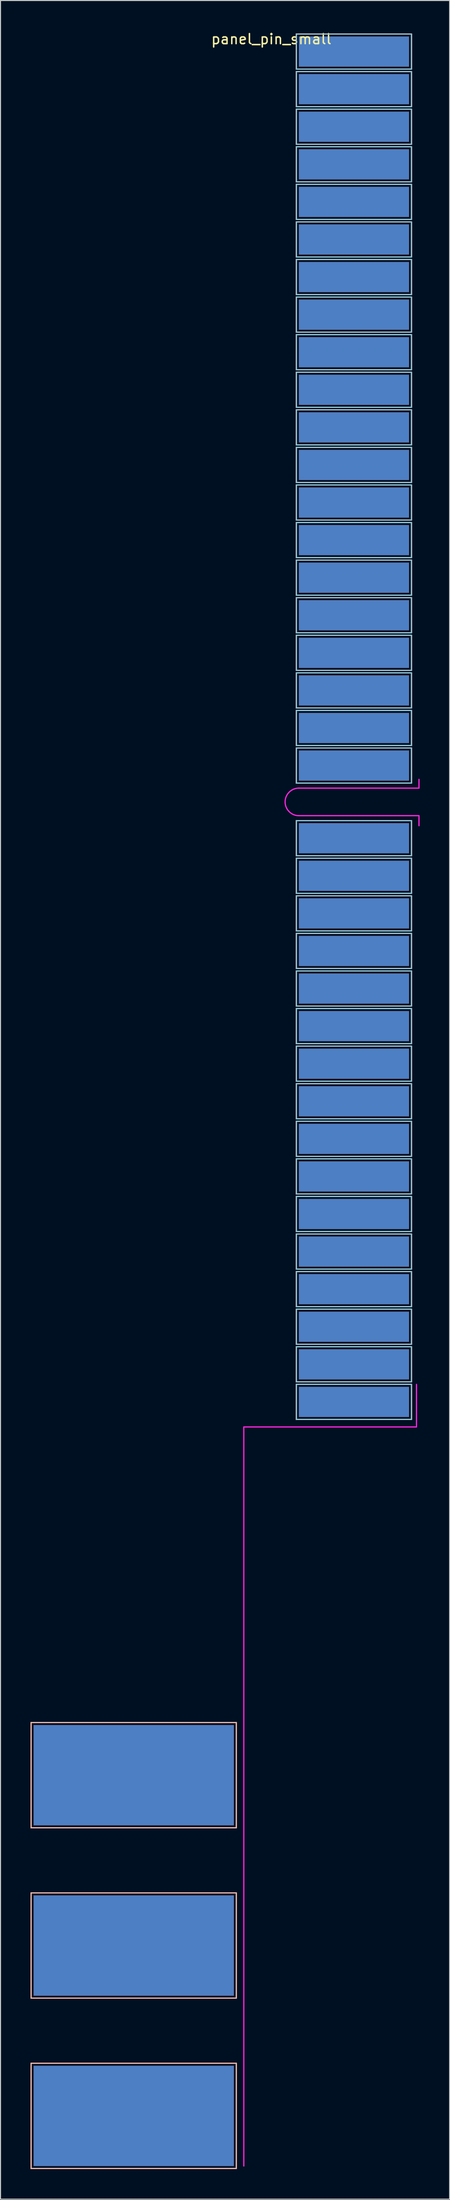
<source format=kicad_pcb>
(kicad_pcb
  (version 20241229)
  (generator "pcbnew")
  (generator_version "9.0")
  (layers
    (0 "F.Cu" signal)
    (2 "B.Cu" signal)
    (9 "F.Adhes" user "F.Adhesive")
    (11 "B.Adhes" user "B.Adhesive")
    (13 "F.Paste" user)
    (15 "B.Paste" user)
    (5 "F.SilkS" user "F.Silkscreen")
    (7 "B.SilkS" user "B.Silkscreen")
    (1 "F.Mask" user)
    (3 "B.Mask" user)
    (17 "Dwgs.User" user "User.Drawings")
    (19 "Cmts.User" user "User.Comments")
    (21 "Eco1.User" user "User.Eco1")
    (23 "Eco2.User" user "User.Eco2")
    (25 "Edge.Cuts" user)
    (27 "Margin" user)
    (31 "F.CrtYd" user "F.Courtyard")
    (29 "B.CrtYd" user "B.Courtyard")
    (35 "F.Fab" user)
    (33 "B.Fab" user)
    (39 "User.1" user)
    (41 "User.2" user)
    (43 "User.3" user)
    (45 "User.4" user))
  (footprint "panel_pin_small"
    (layer "F.Cu")
    (at 32.06 39.348)
    (property "Reference" "panel_pin_small" (at -8 -38.5 0) (layer "F.SilkS") (effects (font (size 1 1) (thickness 0.15))))
    (attr through_hole)
    (fp_line (start -32 129.5) (end -32 140) (stroke (width 0.12) (type solid)) (layer "F.SilkS"))
    (fp_line (start -32 140) (end -11.5 140) (stroke (width 0.12) (type solid)) (layer "F.SilkS"))
    (fp_line (start -32 146.5) (end -32 157) (stroke (width 0.12) (type solid)) (layer "F.SilkS"))
    (fp_line (start -32 157) (end -11.5 157) (stroke (width 0.12) (type solid)) (layer "F.SilkS"))
    (fp_line (start -32 163.5) (end -32 174) (stroke (width 0.12) (type solid)) (layer "F.SilkS"))
    (fp_line (start -32 174) (end -11.5 174) (stroke (width 0.12) (type solid)) (layer "F.SilkS"))
    (fp_line (start -11.5 129.5) (end -32 129.5) (stroke (width 0.12) (type solid)) (layer "F.SilkS"))
    (fp_line (start -11.5 140) (end -11.5 129.5) (stroke (width 0.12) (type solid)) (layer "F.SilkS"))
    (fp_line (start -11.5 146.5) (end -32 146.5) (stroke (width 0.12) (type solid)) (layer "F.SilkS"))
    (fp_line (start -11.5 157) (end -11.5 146.5) (stroke (width 0.12) (type solid)) (layer "F.SilkS"))
    (fp_line (start -11.5 163.5) (end -32 163.5) (stroke (width 0.12) (type solid)) (layer "F.SilkS"))
    (fp_line (start -11.5 174) (end -11.5 163.5) (stroke (width 0.12) (type solid)) (layer "F.SilkS"))
    (fp_line (start -5.5 -39) (end 6 -39) (stroke (width 0.12) (type solid)) (layer "F.SilkS"))
    (fp_line (start -5.5 -39) (end 6 -39) (stroke (width 0.12) (type solid)) (layer "F.SilkS"))
    (fp_line (start -5.5 -35.5) (end -5.5 -39) (stroke (width 0.12) (type solid)) (layer "F.SilkS"))
    (fp_line (start -5.5 -35.5) (end -5.5 -39) (stroke (width 0.12) (type solid)) (layer "F.SilkS"))
    (fp_line (start -5.5 -35.25) (end 6 -35.25) (stroke (width 0.12) (type solid)) (layer "F.SilkS"))
    (fp_line (start -5.5 -35.25) (end 6 -35.25) (stroke (width 0.12) (type solid)) (layer "F.SilkS"))
    (fp_line (start -5.5 -31.75) (end -5.5 -35.25) (stroke (width 0.12) (type solid)) (layer "F.SilkS"))
    (fp_line (start -5.5 -31.75) (end -5.5 -35.25) (stroke (width 0.12) (type solid)) (layer "F.SilkS"))
    (fp_line (start -5.5 -31.5) (end 6 -31.5) (stroke (width 0.12) (type solid)) (layer "F.SilkS"))
    (fp_line (start -5.5 -31.5) (end 6 -31.5) (stroke (width 0.12) (type solid)) (layer "F.SilkS"))
    (fp_line (start -5.5 -28) (end -5.5 -31.5) (stroke (width 0.12) (type solid)) (layer "F.SilkS"))
    (fp_line (start -5.5 -28) (end -5.5 -31.5) (stroke (width 0.12) (type solid)) (layer "F.SilkS"))
    (fp_line (start -5.5 -27.75) (end 6 -27.75) (stroke (width 0.12) (type solid)) (layer "F.SilkS"))
    (fp_line (start -5.5 -27.75) (end 6 -27.75) (stroke (width 0.12) (type solid)) (layer "F.SilkS"))
    (fp_line (start -5.5 -24.25) (end -5.5 -27.75) (stroke (width 0.12) (type solid)) (layer "F.SilkS"))
    (fp_line (start -5.5 -24.25) (end -5.5 -27.75) (stroke (width 0.12) (type solid)) (layer "F.SilkS"))
    (fp_line (start -5.5 -24) (end 6 -24) (stroke (width 0.12) (type solid)) (layer "F.SilkS"))
    (fp_line (start -5.5 -24) (end 6 -24) (stroke (width 0.12) (type solid)) (layer "F.SilkS"))
    (fp_line (start -5.5 -20.5) (end -5.5 -24) (stroke (width 0.12) (type solid)) (layer "F.SilkS"))
    (fp_line (start -5.5 -20.5) (end -5.5 -24) (stroke (width 0.12) (type solid)) (layer "F.SilkS"))
    (fp_line (start -5.5 -20.25) (end 6 -20.25) (stroke (width 0.12) (type solid)) (layer "F.SilkS"))
    (fp_line (start -5.5 -20.25) (end 6 -20.25) (stroke (width 0.12) (type solid)) (layer "F.SilkS"))
    (fp_line (start -5.5 -16.75) (end -5.5 -20.25) (stroke (width 0.12) (type solid)) (layer "F.SilkS"))
    (fp_line (start -5.5 -16.75) (end -5.5 -20.25) (stroke (width 0.12) (type solid)) (layer "F.SilkS"))
    (fp_line (start -5.5 -16.5) (end 6 -16.5) (stroke (width 0.12) (type solid)) (layer "F.SilkS"))
    (fp_line (start -5.5 -16.5) (end 6 -16.5) (stroke (width 0.12) (type solid)) (layer "F.SilkS"))
    (fp_line (start -5.5 -13) (end -5.5 -16.5) (stroke (width 0.12) (type solid)) (layer "F.SilkS"))
    (fp_line (start -5.5 -13) (end -5.5 -16.5) (stroke (width 0.12) (type solid)) (layer "F.SilkS"))
    (fp_line (start -5.5 -12.75) (end 6 -12.75) (stroke (width 0.12) (type solid)) (layer "F.SilkS"))
    (fp_line (start -5.5 -12.75) (end 6 -12.75) (stroke (width 0.12) (type solid)) (layer "F.SilkS"))
    (fp_line (start -5.5 -9.25) (end -5.5 -12.75) (stroke (width 0.12) (type solid)) (layer "F.SilkS"))
    (fp_line (start -5.5 -9.25) (end -5.5 -12.75) (stroke (width 0.12) (type solid)) (layer "F.SilkS"))
    (fp_line (start -5.5 -9) (end 6 -9) (stroke (width 0.12) (type solid)) (layer "F.SilkS"))
    (fp_line (start -5.5 -9) (end 6 -9) (stroke (width 0.12) (type solid)) (layer "F.SilkS"))
    (fp_line (start -5.5 -5.5) (end -5.5 -9) (stroke (width 0.12) (type solid)) (layer "F.SilkS"))
    (fp_line (start -5.5 -5.5) (end -5.5 -9) (stroke (width 0.12) (type solid)) (layer "F.SilkS"))
    (fp_line (start -5.5 -5.25) (end 6 -5.25) (stroke (width 0.12) (type solid)) (layer "F.SilkS"))
    (fp_line (start -5.5 -5.25) (end 6 -5.25) (stroke (width 0.12) (type solid)) (layer "F.SilkS"))
    (fp_line (start -5.5 -1.75) (end -5.5 -5.25) (stroke (width 0.12) (type solid)) (layer "F.SilkS"))
    (fp_line (start -5.5 -1.75) (end -5.5 -5.25) (stroke (width 0.12) (type solid)) (layer "F.SilkS"))
    (fp_line (start -5.5 -1.5) (end 6 -1.5) (stroke (width 0.12) (type solid)) (layer "F.SilkS"))
    (fp_line (start -5.5 -1.5) (end 6 -1.5) (stroke (width 0.12) (type solid)) (layer "F.SilkS"))
    (fp_line (start -5.5 2) (end -5.5 -1.5) (stroke (width 0.12) (type solid)) (layer "F.SilkS"))
    (fp_line (start -5.5 2) (end -5.5 -1.5) (stroke (width 0.12) (type solid)) (layer "F.SilkS"))
    (fp_line (start -5.5 2.25) (end 6 2.25) (stroke (width 0.12) (type solid)) (layer "F.SilkS"))
    (fp_line (start -5.5 2.25) (end 6 2.25) (stroke (width 0.12) (type solid)) (layer "F.SilkS"))
    (fp_line (start -5.5 5.75) (end -5.5 2.25) (stroke (width 0.12) (type solid)) (layer "F.SilkS"))
    (fp_line (start -5.5 5.75) (end -5.5 2.25) (stroke (width 0.12) (type solid)) (layer "F.SilkS"))
    (fp_line (start -5.5 6) (end 6 6) (stroke (width 0.12) (type solid)) (layer "F.SilkS"))
    (fp_line (start -5.5 6) (end 6 6) (stroke (width 0.12) (type solid)) (layer "F.SilkS"))
    (fp_line (start -5.5 9.5) (end -5.5 6) (stroke (width 0.12) (type solid)) (layer "F.SilkS"))
    (fp_line (start -5.5 9.5) (end -5.5 6) (stroke (width 0.12) (type solid)) (layer "F.SilkS"))
    (fp_line (start -5.5 9.75) (end 6 9.75) (stroke (width 0.12) (type solid)) (layer "F.SilkS"))
    (fp_line (start -5.5 9.75) (end 6 9.75) (stroke (width 0.12) (type solid)) (layer "F.SilkS"))
    (fp_line (start -5.5 13.25) (end -5.5 9.75) (stroke (width 0.12) (type solid)) (layer "F.SilkS"))
    (fp_line (start -5.5 13.25) (end -5.5 9.75) (stroke (width 0.12) (type solid)) (layer "F.SilkS"))
    (fp_line (start -5.5 13.5) (end 6 13.5) (stroke (width 0.12) (type solid)) (layer "F.SilkS"))
    (fp_line (start -5.5 13.5) (end 6 13.5) (stroke (width 0.12) (type solid)) (layer "F.SilkS"))
    (fp_line (start -5.5 17) (end -5.5 13.5) (stroke (width 0.12) (type solid)) (layer "F.SilkS"))
    (fp_line (start -5.5 17) (end -5.5 13.5) (stroke (width 0.12) (type solid)) (layer "F.SilkS"))
    (fp_line (start -5.5 17.25) (end 6 17.25) (stroke (width 0.12) (type solid)) (layer "F.SilkS"))
    (fp_line (start -5.5 17.25) (end 6 17.25) (stroke (width 0.12) (type solid)) (layer "F.SilkS"))
    (fp_line (start -5.5 20.75) (end -5.5 17.25) (stroke (width 0.12) (type solid)) (layer "F.SilkS"))
    (fp_line (start -5.5 20.75) (end -5.5 17.25) (stroke (width 0.12) (type solid)) (layer "F.SilkS"))
    (fp_line (start -5.5 21) (end 6 21) (stroke (width 0.12) (type solid)) (layer "F.SilkS"))
    (fp_line (start -5.5 21) (end 6 21) (stroke (width 0.12) (type solid)) (layer "F.SilkS"))
    (fp_line (start -5.5 24.5) (end -5.5 21) (stroke (width 0.12) (type solid)) (layer "F.SilkS"))
    (fp_line (start -5.5 24.5) (end -5.5 21) (stroke (width 0.12) (type solid)) (layer "F.SilkS"))
    (fp_line (start -5.5 24.75) (end 6 24.75) (stroke (width 0.12) (type solid)) (layer "F.SilkS"))
    (fp_line (start -5.5 24.75) (end 6 24.75) (stroke (width 0.12) (type solid)) (layer "F.SilkS"))
    (fp_line (start -5.5 28.25) (end -5.5 24.75) (stroke (width 0.12) (type solid)) (layer "F.SilkS"))
    (fp_line (start -5.5 28.25) (end -5.5 24.75) (stroke (width 0.12) (type solid)) (layer "F.SilkS"))
    (fp_line (start -5.5 28.5) (end 6 28.5) (stroke (width 0.12) (type solid)) (layer "F.SilkS"))
    (fp_line (start -5.5 28.5) (end 6 28.5) (stroke (width 0.12) (type solid)) (layer "F.SilkS"))
    (fp_line (start -5.5 32) (end -5.5 28.5) (stroke (width 0.12) (type solid)) (layer "F.SilkS"))
    (fp_line (start -5.5 32) (end -5.5 28.5) (stroke (width 0.12) (type solid)) (layer "F.SilkS"))
    (fp_line (start -5.5 32.25) (end 6 32.25) (stroke (width 0.12) (type solid)) (layer "F.SilkS"))
    (fp_line (start -5.5 32.25) (end 6 32.25) (stroke (width 0.12) (type solid)) (layer "F.SilkS"))
    (fp_line (start -5.5 35.75) (end -5.5 32.25) (stroke (width 0.12) (type solid)) (layer "F.SilkS"))
    (fp_line (start -5.5 35.75) (end -5.5 32.25) (stroke (width 0.12) (type solid)) (layer "F.SilkS"))
    (fp_line (start -5.5 39.5) (end 6 39.5) (stroke (width 0.12) (type solid)) (layer "F.SilkS"))
    (fp_line (start -5.5 39.5) (end 6 39.5) (stroke (width 0.12) (type solid)) (layer "F.SilkS"))
    (fp_line (start -5.5 43) (end -5.5 39.5) (stroke (width 0.12) (type solid)) (layer "F.SilkS"))
    (fp_line (start -5.5 43) (end -5.5 39.5) (stroke (width 0.12) (type solid)) (layer "F.SilkS"))
    (fp_line (start -5.5 43.25) (end 6 43.25) (stroke (width 0.12) (type solid)) (layer "F.SilkS"))
    (fp_line (start -5.5 43.25) (end 6 43.25) (stroke (width 0.12) (type solid)) (layer "F.SilkS"))
    (fp_line (start -5.5 46.75) (end -5.5 43.25) (stroke (width 0.12) (type solid)) (layer "F.SilkS"))
    (fp_line (start -5.5 46.75) (end -5.5 43.25) (stroke (width 0.12) (type solid)) (layer "F.SilkS"))
    (fp_line (start -5.5 47) (end 6 47) (stroke (width 0.12) (type solid)) (layer "F.SilkS"))
    (fp_line (start -5.5 47) (end 6 47) (stroke (width 0.12) (type solid)) (layer "F.SilkS"))
    (fp_line (start -5.5 50.5) (end -5.5 47) (stroke (width 0.12) (type solid)) (layer "F.SilkS"))
    (fp_line (start -5.5 50.5) (end -5.5 47) (stroke (width 0.12) (type solid)) (layer "F.SilkS"))
    (fp_line (start -5.5 50.75) (end 6 50.75) (stroke (width 0.12) (type solid)) (layer "F.SilkS"))
    (fp_line (start -5.5 50.75) (end 6 50.75) (stroke (width 0.12) (type solid)) (layer "F.SilkS"))
    (fp_line (start -5.5 54.25) (end -5.5 50.75) (stroke (width 0.12) (type solid)) (layer "F.SilkS"))
    (fp_line (start -5.5 54.25) (end -5.5 50.75) (stroke (width 0.12) (type solid)) (layer "F.SilkS"))
    (fp_line (start -5.5 54.5) (end 6 54.5) (stroke (width 0.12) (type solid)) (layer "F.SilkS"))
    (fp_line (start -5.5 54.5) (end 6 54.5) (stroke (width 0.12) (type solid)) (layer "F.SilkS"))
    (fp_line (start -5.5 58) (end -5.5 54.5) (stroke (width 0.12) (type solid)) (layer "F.SilkS"))
    (fp_line (start -5.5 58) (end -5.5 54.5) (stroke (width 0.12) (type solid)) (layer "F.SilkS"))
    (fp_line (start -5.5 58.25) (end 6 58.25) (stroke (width 0.12) (type solid)) (layer "F.SilkS"))
    (fp_line (start -5.5 58.25) (end 6 58.25) (stroke (width 0.12) (type solid)) (layer "F.SilkS"))
    (fp_line (start -5.5 61.75) (end -5.5 58.25) (stroke (width 0.12) (type solid)) (layer "F.SilkS"))
    (fp_line (start -5.5 61.75) (end -5.5 58.25) (stroke (width 0.12) (type solid)) (layer "F.SilkS"))
    (fp_line (start -5.5 62) (end 6 62) (stroke (width 0.12) (type solid)) (layer "F.SilkS"))
    (fp_line (start -5.5 62) (end 6 62) (stroke (width 0.12) (type solid)) (layer "F.SilkS"))
    (fp_line (start -5.5 65.5) (end -5.5 62) (stroke (width 0.12) (type solid)) (layer "F.SilkS"))
    (fp_line (start -5.5 65.5) (end -5.5 62) (stroke (width 0.12) (type solid)) (layer "F.SilkS"))
    (fp_line (start -5.5 65.75) (end 6 65.75) (stroke (width 0.12) (type solid)) (layer "F.SilkS"))
    (fp_line (start -5.5 65.75) (end 6 65.75) (stroke (width 0.12) (type solid)) (layer "F.SilkS"))
    (fp_line (start -5.5 69.25) (end -5.5 65.75) (stroke (width 0.12) (type solid)) (layer "F.SilkS"))
    (fp_line (start -5.5 69.25) (end -5.5 65.75) (stroke (width 0.12) (type solid)) (layer "F.SilkS"))
    (fp_line (start -5.5 69.5) (end 6 69.5) (stroke (width 0.12) (type solid)) (layer "F.SilkS"))
    (fp_line (start -5.5 69.5) (end 6 69.5) (stroke (width 0.12) (type solid)) (layer "F.SilkS"))
    (fp_line (start -5.5 73) (end -5.5 69.5) (stroke (width 0.12) (type solid)) (layer "F.SilkS"))
    (fp_line (start -5.5 73) (end -5.5 69.5) (stroke (width 0.12) (type solid)) (layer "F.SilkS"))
    (fp_line (start -5.5 73.25) (end 6 73.25) (stroke (width 0.12) (type solid)) (layer "F.SilkS"))
    (fp_line (start -5.5 73.25) (end 6 73.25) (stroke (width 0.12) (type solid)) (layer "F.SilkS"))
    (fp_line (start -5.5 76.75) (end -5.5 73.25) (stroke (width 0.12) (type solid)) (layer "F.SilkS"))
    (fp_line (start -5.5 76.75) (end -5.5 73.25) (stroke (width 0.12) (type solid)) (layer "F.SilkS"))
    (fp_line (start -5.5 77) (end 6 77) (stroke (width 0.12) (type solid)) (layer "F.SilkS"))
    (fp_line (start -5.5 77) (end 6 77) (stroke (width 0.12) (type solid)) (layer "F.SilkS"))
    (fp_line (start -5.5 80.5) (end -5.5 77) (stroke (width 0.12) (type solid)) (layer "F.SilkS"))
    (fp_line (start -5.5 80.5) (end -5.5 77) (stroke (width 0.12) (type solid)) (layer "F.SilkS"))
    (fp_line (start -5.5 80.75) (end 6 80.75) (stroke (width 0.12) (type solid)) (layer "F.SilkS"))
    (fp_line (start -5.5 80.75) (end 6 80.75) (stroke (width 0.12) (type solid)) (layer "F.SilkS"))
    (fp_line (start -5.5 84.25) (end -5.5 80.75) (stroke (width 0.12) (type solid)) (layer "F.SilkS"))
    (fp_line (start -5.5 84.25) (end -5.5 80.75) (stroke (width 0.12) (type solid)) (layer "F.SilkS"))
    (fp_line (start -5.5 84.5) (end 6 84.5) (stroke (width 0.12) (type solid)) (layer "F.SilkS"))
    (fp_line (start -5.5 84.5) (end 6 84.5) (stroke (width 0.12) (type solid)) (layer "F.SilkS"))
    (fp_line (start -5.5 88) (end -5.5 84.5) (stroke (width 0.12) (type solid)) (layer "F.SilkS"))
    (fp_line (start -5.5 88) (end -5.5 84.5) (stroke (width 0.12) (type solid)) (layer "F.SilkS"))
    (fp_line (start -5.5 88.25) (end 6 88.25) (stroke (width 0.12) (type solid)) (layer "F.SilkS"))
    (fp_line (start -5.5 88.25) (end 6 88.25) (stroke (width 0.12) (type solid)) (layer "F.SilkS"))
    (fp_line (start -5.5 91.75) (end -5.5 88.25) (stroke (width 0.12) (type solid)) (layer "F.SilkS"))
    (fp_line (start -5.5 91.75) (end -5.5 88.25) (stroke (width 0.12) (type solid)) (layer "F.SilkS"))
    (fp_line (start -5.5 92) (end 6 92) (stroke (width 0.12) (type solid)) (layer "F.SilkS"))
    (fp_line (start -5.5 92) (end 6 92) (stroke (width 0.12) (type solid)) (layer "F.SilkS"))
    (fp_line (start -5.5 95.5) (end -5.5 92) (stroke (width 0.12) (type solid)) (layer "F.SilkS"))
    (fp_line (start -5.5 95.5) (end -5.5 92) (stroke (width 0.12) (type solid)) (layer "F.SilkS"))
    (fp_line (start -5.5 95.75) (end 6 95.75) (stroke (width 0.12) (type solid)) (layer "F.SilkS"))
    (fp_line (start -5.5 95.75) (end 6 95.75) (stroke (width 0.12) (type solid)) (layer "F.SilkS"))
    (fp_line (start -5.5 99.25) (end -5.5 95.75) (stroke (width 0.12) (type solid)) (layer "F.SilkS"))
    (fp_line (start -5.5 99.25) (end -5.5 95.75) (stroke (width 0.12) (type solid)) (layer "F.SilkS"))
    (fp_line (start 6 -39) (end 6 -35.5) (stroke (width 0.12) (type solid)) (layer "F.SilkS"))
    (fp_line (start 6 -39) (end 6 -35.5) (stroke (width 0.12) (type solid)) (layer "F.SilkS"))
    (fp_line (start 6 -35.5) (end -5.5 -35.5) (stroke (width 0.12) (type solid)) (layer "F.SilkS"))
    (fp_line (start 6 -35.5) (end -5.5 -35.5) (stroke (width 0.12) (type solid)) (layer "F.SilkS"))
    (fp_line (start 6 -35.25) (end 6 -31.75) (stroke (width 0.12) (type solid)) (layer "F.SilkS"))
    (fp_line (start 6 -35.25) (end 6 -31.75) (stroke (width 0.12) (type solid)) (layer "F.SilkS"))
    (fp_line (start 6 -31.75) (end -5.5 -31.75) (stroke (width 0.12) (type solid)) (layer "F.SilkS"))
    (fp_line (start 6 -31.75) (end -5.5 -31.75) (stroke (width 0.12) (type solid)) (layer "F.SilkS"))
    (fp_line (start 6 -31.5) (end 6 -28) (stroke (width 0.12) (type solid)) (layer "F.SilkS"))
    (fp_line (start 6 -31.5) (end 6 -28) (stroke (width 0.12) (type solid)) (layer "F.SilkS"))
    (fp_line (start 6 -28) (end -5.5 -28) (stroke (width 0.12) (type solid)) (layer "F.SilkS"))
    (fp_line (start 6 -28) (end -5.5 -28) (stroke (width 0.12) (type solid)) (layer "F.SilkS"))
    (fp_line (start 6 -27.75) (end 6 -24.25) (stroke (width 0.12) (type solid)) (layer "F.SilkS"))
    (fp_line (start 6 -27.75) (end 6 -24.25) (stroke (width 0.12) (type solid)) (layer "F.SilkS"))
    (fp_line (start 6 -24.25) (end -5.5 -24.25) (stroke (width 0.12) (type solid)) (layer "F.SilkS"))
    (fp_line (start 6 -24.25) (end -5.5 -24.25) (stroke (width 0.12) (type solid)) (layer "F.SilkS"))
    (fp_line (start 6 -24) (end 6 -20.5) (stroke (width 0.12) (type solid)) (layer "F.SilkS"))
    (fp_line (start 6 -24) (end 6 -20.5) (stroke (width 0.12) (type solid)) (layer "F.SilkS"))
    (fp_line (start 6 -20.5) (end -5.5 -20.5) (stroke (width 0.12) (type solid)) (layer "F.SilkS"))
    (fp_line (start 6 -20.5) (end -5.5 -20.5) (stroke (width 0.12) (type solid)) (layer "F.SilkS"))
    (fp_line (start 6 -20.25) (end 6 -16.75) (stroke (width 0.12) (type solid)) (layer "F.SilkS"))
    (fp_line (start 6 -20.25) (end 6 -16.75) (stroke (width 0.12) (type solid)) (layer "F.SilkS"))
    (fp_line (start 6 -16.75) (end -5.5 -16.75) (stroke (width 0.12) (type solid)) (layer "F.SilkS"))
    (fp_line (start 6 -16.75) (end -5.5 -16.75) (stroke (width 0.12) (type solid)) (layer "F.SilkS"))
    (fp_line (start 6 -16.5) (end 6 -13) (stroke (width 0.12) (type solid)) (layer "F.SilkS"))
    (fp_line (start 6 -16.5) (end 6 -13) (stroke (width 0.12) (type solid)) (layer "F.SilkS"))
    (fp_line (start 6 -13) (end -5.5 -13) (stroke (width 0.12) (type solid)) (layer "F.SilkS"))
    (fp_line (start 6 -13) (end -5.5 -13) (stroke (width 0.12) (type solid)) (layer "F.SilkS"))
    (fp_line (start 6 -12.75) (end 6 -9.25) (stroke (width 0.12) (type solid)) (layer "F.SilkS"))
    (fp_line (start 6 -12.75) (end 6 -9.25) (stroke (width 0.12) (type solid)) (layer "F.SilkS"))
    (fp_line (start 6 -9.25) (end -5.5 -9.25) (stroke (width 0.12) (type solid)) (layer "F.SilkS"))
    (fp_line (start 6 -9.25) (end -5.5 -9.25) (stroke (width 0.12) (type solid)) (layer "F.SilkS"))
    (fp_line (start 6 -9) (end 6 -5.5) (stroke (width 0.12) (type solid)) (layer "F.SilkS"))
    (fp_line (start 6 -9) (end 6 -5.5) (stroke (width 0.12) (type solid)) (layer "F.SilkS"))
    (fp_line (start 6 -5.5) (end -5.5 -5.5) (stroke (width 0.12) (type solid)) (layer "F.SilkS"))
    (fp_line (start 6 -5.5) (end -5.5 -5.5) (stroke (width 0.12) (type solid)) (layer "F.SilkS"))
    (fp_line (start 6 -5.25) (end 6 -1.75) (stroke (width 0.12) (type solid)) (layer "F.SilkS"))
    (fp_line (start 6 -5.25) (end 6 -1.75) (stroke (width 0.12) (type solid)) (layer "F.SilkS"))
    (fp_line (start 6 -1.75) (end -5.5 -1.75) (stroke (width 0.12) (type solid)) (layer "F.SilkS"))
    (fp_line (start 6 -1.75) (end -5.5 -1.75) (stroke (width 0.12) (type solid)) (layer "F.SilkS"))
    (fp_line (start 6 -1.5) (end 6 2) (stroke (width 0.12) (type solid)) (layer "F.SilkS"))
    (fp_line (start 6 -1.5) (end 6 2) (stroke (width 0.12) (type solid)) (layer "F.SilkS"))
    (fp_line (start 6 2) (end -5.5 2) (stroke (width 0.12) (type solid)) (layer "F.SilkS"))
    (fp_line (start 6 2) (end -5.5 2) (stroke (width 0.12) (type solid)) (layer "F.SilkS"))
    (fp_line (start 6 2.25) (end 6 5.75) (stroke (width 0.12) (type solid)) (layer "F.SilkS"))
    (fp_line (start 6 2.25) (end 6 5.75) (stroke (width 0.12) (type solid)) (layer "F.SilkS"))
    (fp_line (start 6 5.75) (end -5.5 5.75) (stroke (width 0.12) (type solid)) (layer "F.SilkS"))
    (fp_line (start 6 5.75) (end -5.5 5.75) (stroke (width 0.12) (type solid)) (layer "F.SilkS"))
    (fp_line (start 6 6) (end 6 9.5) (stroke (width 0.12) (type solid)) (layer "F.SilkS"))
    (fp_line (start 6 6) (end 6 9.5) (stroke (width 0.12) (type solid)) (layer "F.SilkS"))
    (fp_line (start 6 9.5) (end -5.5 9.5) (stroke (width 0.12) (type solid)) (layer "F.SilkS"))
    (fp_line (start 6 9.5) (end -5.5 9.5) (stroke (width 0.12) (type solid)) (layer "F.SilkS"))
    (fp_line (start 6 9.75) (end 6 13.25) (stroke (width 0.12) (type solid)) (layer "F.SilkS"))
    (fp_line (start 6 9.75) (end 6 13.25) (stroke (width 0.12) (type solid)) (layer "F.SilkS"))
    (fp_line (start 6 13.25) (end -5.5 13.25) (stroke (width 0.12) (type solid)) (layer "F.SilkS"))
    (fp_line (start 6 13.25) (end -5.5 13.25) (stroke (width 0.12) (type solid)) (layer "F.SilkS"))
    (fp_line (start 6 13.5) (end 6 17) (stroke (width 0.12) (type solid)) (layer "F.SilkS"))
    (fp_line (start 6 13.5) (end 6 17) (stroke (width 0.12) (type solid)) (layer "F.SilkS"))
    (fp_line (start 6 17) (end -5.5 17) (stroke (width 0.12) (type solid)) (layer "F.SilkS"))
    (fp_line (start 6 17) (end -5.5 17) (stroke (width 0.12) (type solid)) (layer "F.SilkS"))
    (fp_line (start 6 17.25) (end 6 20.75) (stroke (width 0.12) (type solid)) (layer "F.SilkS"))
    (fp_line (start 6 17.25) (end 6 20.75) (stroke (width 0.12) (type solid)) (layer "F.SilkS"))
    (fp_line (start 6 20.75) (end -5.5 20.75) (stroke (width 0.12) (type solid)) (layer "F.SilkS"))
    (fp_line (start 6 20.75) (end -5.5 20.75) (stroke (width 0.12) (type solid)) (layer "F.SilkS"))
    (fp_line (start 6 21) (end 6 24.5) (stroke (width 0.12) (type solid)) (layer "F.SilkS"))
    (fp_line (start 6 21) (end 6 24.5) (stroke (width 0.12) (type solid)) (layer "F.SilkS"))
    (fp_line (start 6 24.5) (end -5.5 24.5) (stroke (width 0.12) (type solid)) (layer "F.SilkS"))
    (fp_line (start 6 24.5) (end -5.5 24.5) (stroke (width 0.12) (type solid)) (layer "F.SilkS"))
    (fp_line (start 6 24.75) (end 6 28.25) (stroke (width 0.12) (type solid)) (layer "F.SilkS"))
    (fp_line (start 6 24.75) (end 6 28.25) (stroke (width 0.12) (type solid)) (layer "F.SilkS"))
    (fp_line (start 6 28.25) (end -5.5 28.25) (stroke (width 0.12) (type solid)) (layer "F.SilkS"))
    (fp_line (start 6 28.25) (end -5.5 28.25) (stroke (width 0.12) (type solid)) (layer "F.SilkS"))
    (fp_line (start 6 28.5) (end 6 32) (stroke (width 0.12) (type solid)) (layer "F.SilkS"))
    (fp_line (start 6 28.5) (end 6 32) (stroke (width 0.12) (type solid)) (layer "F.SilkS"))
    (fp_line (start 6 32) (end -5.5 32) (stroke (width 0.12) (type solid)) (layer "F.SilkS"))
    (fp_line (start 6 32) (end -5.5 32) (stroke (width 0.12) (type solid)) (layer "F.SilkS"))
    (fp_line (start 6 32.25) (end 6 35.75) (stroke (width 0.12) (type solid)) (layer "F.SilkS"))
    (fp_line (start 6 32.25) (end 6 35.75) (stroke (width 0.12) (type solid)) (layer "F.SilkS"))
    (fp_line (start 6 35.75) (end -5.5 35.75) (stroke (width 0.12) (type solid)) (layer "F.SilkS"))
    (fp_line (start 6 35.75) (end -5.5 35.75) (stroke (width 0.12) (type solid)) (layer "F.SilkS"))
    (fp_line (start 6 39.5) (end 6 43) (stroke (width 0.12) (type solid)) (layer "F.SilkS"))
    (fp_line (start 6 39.5) (end 6 43) (stroke (width 0.12) (type solid)) (layer "F.SilkS"))
    (fp_line (start 6 43) (end -5.5 43) (stroke (width 0.12) (type solid)) (layer "F.SilkS"))
    (fp_line (start 6 43) (end -5.5 43) (stroke (width 0.12) (type solid)) (layer "F.SilkS"))
    (fp_line (start 6 43.25) (end 6 46.75) (stroke (width 0.12) (type solid)) (layer "F.SilkS"))
    (fp_line (start 6 43.25) (end 6 46.75) (stroke (width 0.12) (type solid)) (layer "F.SilkS"))
    (fp_line (start 6 46.75) (end -5.5 46.75) (stroke (width 0.12) (type solid)) (layer "F.SilkS"))
    (fp_line (start 6 46.75) (end -5.5 46.75) (stroke (width 0.12) (type solid)) (layer "F.SilkS"))
    (fp_line (start 6 47) (end 6 50.5) (stroke (width 0.12) (type solid)) (layer "F.SilkS"))
    (fp_line (start 6 47) (end 6 50.5) (stroke (width 0.12) (type solid)) (layer "F.SilkS"))
    (fp_line (start 6 50.5) (end -5.5 50.5) (stroke (width 0.12) (type solid)) (layer "F.SilkS"))
    (fp_line (start 6 50.5) (end -5.5 50.5) (stroke (width 0.12) (type solid)) (layer "F.SilkS"))
    (fp_line (start 6 50.75) (end 6 54.25) (stroke (width 0.12) (type solid)) (layer "F.SilkS"))
    (fp_line (start 6 50.75) (end 6 54.25) (stroke (width 0.12) (type solid)) (layer "F.SilkS"))
    (fp_line (start 6 54.25) (end -5.5 54.25) (stroke (width 0.12) (type solid)) (layer "F.SilkS"))
    (fp_line (start 6 54.25) (end -5.5 54.25) (stroke (width 0.12) (type solid)) (layer "F.SilkS"))
    (fp_line (start 6 54.5) (end 6 58) (stroke (width 0.12) (type solid)) (layer "F.SilkS"))
    (fp_line (start 6 54.5) (end 6 58) (stroke (width 0.12) (type solid)) (layer "F.SilkS"))
    (fp_line (start 6 58) (end -5.5 58) (stroke (width 0.12) (type solid)) (layer "F.SilkS"))
    (fp_line (start 6 58) (end -5.5 58) (stroke (width 0.12) (type solid)) (layer "F.SilkS"))
    (fp_line (start 6 58.25) (end 6 61.75) (stroke (width 0.12) (type solid)) (layer "F.SilkS"))
    (fp_line (start 6 58.25) (end 6 61.75) (stroke (width 0.12) (type solid)) (layer "F.SilkS"))
    (fp_line (start 6 61.75) (end -5.5 61.75) (stroke (width 0.12) (type solid)) (layer "F.SilkS"))
    (fp_line (start 6 61.75) (end -5.5 61.75) (stroke (width 0.12) (type solid)) (layer "F.SilkS"))
    (fp_line (start 6 62) (end 6 65.5) (stroke (width 0.12) (type solid)) (layer "F.SilkS"))
    (fp_line (start 6 62) (end 6 65.5) (stroke (width 0.12) (type solid)) (layer "F.SilkS"))
    (fp_line (start 6 65.5) (end -5.5 65.5) (stroke (width 0.12) (type solid)) (layer "F.SilkS"))
    (fp_line (start 6 65.5) (end -5.5 65.5) (stroke (width 0.12) (type solid)) (layer "F.SilkS"))
    (fp_line (start 6 65.75) (end 6 69.25) (stroke (width 0.12) (type solid)) (layer "F.SilkS"))
    (fp_line (start 6 65.75) (end 6 69.25) (stroke (width 0.12) (type solid)) (layer "F.SilkS"))
    (fp_line (start 6 69.25) (end -5.5 69.25) (stroke (width 0.12) (type solid)) (layer "F.SilkS"))
    (fp_line (start 6 69.25) (end -5.5 69.25) (stroke (width 0.12) (type solid)) (layer "F.SilkS"))
    (fp_line (start 6 69.5) (end 6 73) (stroke (width 0.12) (type solid)) (layer "F.SilkS"))
    (fp_line (start 6 69.5) (end 6 73) (stroke (width 0.12) (type solid)) (layer "F.SilkS"))
    (fp_line (start 6 73) (end -5.5 73) (stroke (width 0.12) (type solid)) (layer "F.SilkS"))
    (fp_line (start 6 73) (end -5.5 73) (stroke (width 0.12) (type solid)) (layer "F.SilkS"))
    (fp_line (start 6 73.25) (end 6 76.75) (stroke (width 0.12) (type solid)) (layer "F.SilkS"))
    (fp_line (start 6 73.25) (end 6 76.75) (stroke (width 0.12) (type solid)) (layer "F.SilkS"))
    (fp_line (start 6 76.75) (end -5.5 76.75) (stroke (width 0.12) (type solid)) (layer "F.SilkS"))
    (fp_line (start 6 76.75) (end -5.5 76.75) (stroke (width 0.12) (type solid)) (layer "F.SilkS"))
    (fp_line (start 6 77) (end 6 80.5) (stroke (width 0.12) (type solid)) (layer "F.SilkS"))
    (fp_line (start 6 77) (end 6 80.5) (stroke (width 0.12) (type solid)) (layer "F.SilkS"))
    (fp_line (start 6 80.5) (end -5.5 80.5) (stroke (width 0.12) (type solid)) (layer "F.SilkS"))
    (fp_line (start 6 80.5) (end -5.5 80.5) (stroke (width 0.12) (type solid)) (layer "F.SilkS"))
    (fp_line (start 6 80.75) (end 6 84.25) (stroke (width 0.12) (type solid)) (layer "F.SilkS"))
    (fp_line (start 6 80.75) (end 6 84.25) (stroke (width 0.12) (type solid)) (layer "F.SilkS"))
    (fp_line (start 6 84.25) (end -5.5 84.25) (stroke (width 0.12) (type solid)) (layer "F.SilkS"))
    (fp_line (start 6 84.25) (end -5.5 84.25) (stroke (width 0.12) (type solid)) (layer "F.SilkS"))
    (fp_line (start 6 84.5) (end 6 88) (stroke (width 0.12) (type solid)) (layer "F.SilkS"))
    (fp_line (start 6 84.5) (end 6 88) (stroke (width 0.12) (type solid)) (layer "F.SilkS"))
    (fp_line (start 6 88) (end -5.5 88) (stroke (width 0.12) (type solid)) (layer "F.SilkS"))
    (fp_line (start 6 88) (end -5.5 88) (stroke (width 0.12) (type solid)) (layer "F.SilkS"))
    (fp_line (start 6 88.25) (end 6 91.75) (stroke (width 0.12) (type solid)) (layer "F.SilkS"))
    (fp_line (start 6 88.25) (end 6 91.75) (stroke (width 0.12) (type solid)) (layer "F.SilkS"))
    (fp_line (start 6 91.75) (end -5.5 91.75) (stroke (width 0.12) (type solid)) (layer "F.SilkS"))
    (fp_line (start 6 91.75) (end -5.5 91.75) (stroke (width 0.12) (type solid)) (layer "F.SilkS"))
    (fp_line (start 6 92) (end 6 95.5) (stroke (width 0.12) (type solid)) (layer "F.SilkS"))
    (fp_line (start 6 92) (end 6 95.5) (stroke (width 0.12) (type solid)) (layer "F.SilkS"))
    (fp_line (start 6 95.5) (end -5.5 95.5) (stroke (width 0.12) (type solid)) (layer "F.SilkS"))
    (fp_line (start 6 95.5) (end -5.5 95.5) (stroke (width 0.12) (type solid)) (layer "F.SilkS"))
    (fp_line (start 6 95.75) (end 6 99.25) (stroke (width 0.12) (type solid)) (layer "F.SilkS"))
    (fp_line (start 6 95.75) (end 6 99.25) (stroke (width 0.12) (type solid)) (layer "F.SilkS"))
    (fp_line (start 6 99.25) (end -5.5 99.25) (stroke (width 0.12) (type solid)) (layer "F.SilkS"))
    (fp_line (start 6 99.25) (end -5.5 99.25) (stroke (width 0.12) (type solid)) (layer "F.SilkS"))
    (fp_line (start -32 129.5) (end -11.5 129.5) (stroke (width 0.12) (type solid)) (layer "B.SilkS"))
    (fp_line (start -32 140) (end -32 129.5) (stroke (width 0.12) (type solid)) (layer "B.SilkS"))
    (fp_line (start -32 146.5) (end -11.5 146.5) (stroke (width 0.12) (type solid)) (layer "B.SilkS"))
    (fp_line (start -32 157) (end -32 146.5) (stroke (width 0.12) (type solid)) (layer "B.SilkS"))
    (fp_line (start -32 163.5) (end -11.5 163.5) (stroke (width 0.12) (type solid)) (layer "B.SilkS"))
    (fp_line (start -32 174) (end -32 163.5) (stroke (width 0.12) (type solid)) (layer "B.SilkS"))
    (fp_line (start -11.5 129.5) (end -11.5 140) (stroke (width 0.12) (type solid)) (layer "B.SilkS"))
    (fp_line (start -11.5 140) (end -32 140) (stroke (width 0.12) (type solid)) (layer "B.SilkS"))
    (fp_line (start -11.5 146.5) (end -11.5 157) (stroke (width 0.12) (type solid)) (layer "B.SilkS"))
    (fp_line (start -11.5 157) (end -32 157) (stroke (width 0.12) (type solid)) (layer "B.SilkS"))
    (fp_line (start -11.5 163.5) (end -11.5 174) (stroke (width 0.12) (type solid)) (layer "B.SilkS"))
    (fp_line (start -11.5 174) (end -32 174) (stroke (width 0.12) (type solid)) (layer "B.SilkS"))
    (fp_line (start -5.5 -39) (end -5.5 -35.5) (stroke (width 0.12) (type solid)) (layer "B.SilkS"))
    (fp_line (start -5.5 -39) (end -5.5 -35.5) (stroke (width 0.12) (type solid)) (layer "B.SilkS"))
    (fp_line (start -5.5 -35.5) (end 6 -35.5) (stroke (width 0.12) (type solid)) (layer "B.SilkS"))
    (fp_line (start -5.5 -35.5) (end 6 -35.5) (stroke (width 0.12) (type solid)) (layer "B.SilkS"))
    (fp_line (start -5.5 -35.25) (end -5.5 -31.75) (stroke (width 0.12) (type solid)) (layer "B.SilkS"))
    (fp_line (start -5.5 -35.25) (end -5.5 -31.75) (stroke (width 0.12) (type solid)) (layer "B.SilkS"))
    (fp_line (start -5.5 -31.75) (end 6 -31.75) (stroke (width 0.12) (type solid)) (layer "B.SilkS"))
    (fp_line (start -5.5 -31.75) (end 6 -31.75) (stroke (width 0.12) (type solid)) (layer "B.SilkS"))
    (fp_line (start -5.5 -31.5) (end -5.5 -28) (stroke (width 0.12) (type solid)) (layer "B.SilkS"))
    (fp_line (start -5.5 -31.5) (end -5.5 -28) (stroke (width 0.12) (type solid)) (layer "B.SilkS"))
    (fp_line (start -5.5 -28) (end 6 -28) (stroke (width 0.12) (type solid)) (layer "B.SilkS"))
    (fp_line (start -5.5 -28) (end 6 -28) (stroke (width 0.12) (type solid)) (layer "B.SilkS"))
    (fp_line (start -5.5 -27.75) (end -5.5 -24.25) (stroke (width 0.12) (type solid)) (layer "B.SilkS"))
    (fp_line (start -5.5 -27.75) (end -5.5 -24.25) (stroke (width 0.12) (type solid)) (layer "B.SilkS"))
    (fp_line (start -5.5 -24.25) (end 6 -24.25) (stroke (width 0.12) (type solid)) (layer "B.SilkS"))
    (fp_line (start -5.5 -24.25) (end 6 -24.25) (stroke (width 0.12) (type solid)) (layer "B.SilkS"))
    (fp_line (start -5.5 -24) (end -5.5 -20.5) (stroke (width 0.12) (type solid)) (layer "B.SilkS"))
    (fp_line (start -5.5 -24) (end -5.5 -20.5) (stroke (width 0.12) (type solid)) (layer "B.SilkS"))
    (fp_line (start -5.5 -20.5) (end 6 -20.5) (stroke (width 0.12) (type solid)) (layer "B.SilkS"))
    (fp_line (start -5.5 -20.5) (end 6 -20.5) (stroke (width 0.12) (type solid)) (layer "B.SilkS"))
    (fp_line (start -5.5 -20.25) (end -5.5 -16.75) (stroke (width 0.12) (type solid)) (layer "B.SilkS"))
    (fp_line (start -5.5 -20.25) (end -5.5 -16.75) (stroke (width 0.12) (type solid)) (layer "B.SilkS"))
    (fp_line (start -5.5 -16.75) (end 6 -16.75) (stroke (width 0.12) (type solid)) (layer "B.SilkS"))
    (fp_line (start -5.5 -16.75) (end 6 -16.75) (stroke (width 0.12) (type solid)) (layer "B.SilkS"))
    (fp_line (start -5.5 -16.5) (end -5.5 -13) (stroke (width 0.12) (type solid)) (layer "B.SilkS"))
    (fp_line (start -5.5 -16.5) (end -5.5 -13) (stroke (width 0.12) (type solid)) (layer "B.SilkS"))
    (fp_line (start -5.5 -13) (end 6 -13) (stroke (width 0.12) (type solid)) (layer "B.SilkS"))
    (fp_line (start -5.5 -13) (end 6 -13) (stroke (width 0.12) (type solid)) (layer "B.SilkS"))
    (fp_line (start -5.5 -12.75) (end -5.5 -9.25) (stroke (width 0.12) (type solid)) (layer "B.SilkS"))
    (fp_line (start -5.5 -12.75) (end -5.5 -9.25) (stroke (width 0.12) (type solid)) (layer "B.SilkS"))
    (fp_line (start -5.5 -9.25) (end 6 -9.25) (stroke (width 0.12) (type solid)) (layer "B.SilkS"))
    (fp_line (start -5.5 -9.25) (end 6 -9.25) (stroke (width 0.12) (type solid)) (layer "B.SilkS"))
    (fp_line (start -5.5 -9) (end -5.5 -5.5) (stroke (width 0.12) (type solid)) (layer "B.SilkS"))
    (fp_line (start -5.5 -9) (end -5.5 -5.5) (stroke (width 0.12) (type solid)) (layer "B.SilkS"))
    (fp_line (start -5.5 -5.5) (end 6 -5.5) (stroke (width 0.12) (type solid)) (layer "B.SilkS"))
    (fp_line (start -5.5 -5.5) (end 6 -5.5) (stroke (width 0.12) (type solid)) (layer "B.SilkS"))
    (fp_line (start -5.5 -5.25) (end -5.5 -1.75) (stroke (width 0.12) (type solid)) (layer "B.SilkS"))
    (fp_line (start -5.5 -5.25) (end -5.5 -1.75) (stroke (width 0.12) (type solid)) (layer "B.SilkS"))
    (fp_line (start -5.5 -1.75) (end 6 -1.75) (stroke (width 0.12) (type solid)) (layer "B.SilkS"))
    (fp_line (start -5.5 -1.75) (end 6 -1.75) (stroke (width 0.12) (type solid)) (layer "B.SilkS"))
    (fp_line (start -5.5 -1.5) (end -5.5 2) (stroke (width 0.12) (type solid)) (layer "B.SilkS"))
    (fp_line (start -5.5 -1.5) (end -5.5 2) (stroke (width 0.12) (type solid)) (layer "B.SilkS"))
    (fp_line (start -5.5 2) (end 6 2) (stroke (width 0.12) (type solid)) (layer "B.SilkS"))
    (fp_line (start -5.5 2) (end 6 2) (stroke (width 0.12) (type solid)) (layer "B.SilkS"))
    (fp_line (start -5.5 2.25) (end -5.5 5.75) (stroke (width 0.12) (type solid)) (layer "B.SilkS"))
    (fp_line (start -5.5 2.25) (end -5.5 5.75) (stroke (width 0.12) (type solid)) (layer "B.SilkS"))
    (fp_line (start -5.5 5.75) (end 6 5.75) (stroke (width 0.12) (type solid)) (layer "B.SilkS"))
    (fp_line (start -5.5 5.75) (end 6 5.75) (stroke (width 0.12) (type solid)) (layer "B.SilkS"))
    (fp_line (start -5.5 6) (end -5.5 9.5) (stroke (width 0.12) (type solid)) (layer "B.SilkS"))
    (fp_line (start -5.5 6) (end -5.5 9.5) (stroke (width 0.12) (type solid)) (layer "B.SilkS"))
    (fp_line (start -5.5 9.5) (end 6 9.5) (stroke (width 0.12) (type solid)) (layer "B.SilkS"))
    (fp_line (start -5.5 9.5) (end 6 9.5) (stroke (width 0.12) (type solid)) (layer "B.SilkS"))
    (fp_line (start -5.5 9.75) (end -5.5 13.25) (stroke (width 0.12) (type solid)) (layer "B.SilkS"))
    (fp_line (start -5.5 9.75) (end -5.5 13.25) (stroke (width 0.12) (type solid)) (layer "B.SilkS"))
    (fp_line (start -5.5 13.25) (end 6 13.25) (stroke (width 0.12) (type solid)) (layer "B.SilkS"))
    (fp_line (start -5.5 13.25) (end 6 13.25) (stroke (width 0.12) (type solid)) (layer "B.SilkS"))
    (fp_line (start -5.5 13.5) (end -5.5 17) (stroke (width 0.12) (type solid)) (layer "B.SilkS"))
    (fp_line (start -5.5 13.5) (end -5.5 17) (stroke (width 0.12) (type solid)) (layer "B.SilkS"))
    (fp_line (start -5.5 17) (end 6 17) (stroke (width 0.12) (type solid)) (layer "B.SilkS"))
    (fp_line (start -5.5 17) (end 6 17) (stroke (width 0.12) (type solid)) (layer "B.SilkS"))
    (fp_line (start -5.5 17.25) (end -5.5 20.75) (stroke (width 0.12) (type solid)) (layer "B.SilkS"))
    (fp_line (start -5.5 17.25) (end -5.5 20.75) (stroke (width 0.12) (type solid)) (layer "B.SilkS"))
    (fp_line (start -5.5 20.75) (end 6 20.75) (stroke (width 0.12) (type solid)) (layer "B.SilkS"))
    (fp_line (start -5.5 20.75) (end 6 20.75) (stroke (width 0.12) (type solid)) (layer "B.SilkS"))
    (fp_line (start -5.5 21) (end -5.5 24.5) (stroke (width 0.12) (type solid)) (layer "B.SilkS"))
    (fp_line (start -5.5 21) (end -5.5 24.5) (stroke (width 0.12) (type solid)) (layer "B.SilkS"))
    (fp_line (start -5.5 24.5) (end 6 24.5) (stroke (width 0.12) (type solid)) (layer "B.SilkS"))
    (fp_line (start -5.5 24.5) (end 6 24.5) (stroke (width 0.12) (type solid)) (layer "B.SilkS"))
    (fp_line (start -5.5 24.75) (end -5.5 28.25) (stroke (width 0.12) (type solid)) (layer "B.SilkS"))
    (fp_line (start -5.5 24.75) (end -5.5 28.25) (stroke (width 0.12) (type solid)) (layer "B.SilkS"))
    (fp_line (start -5.5 28.25) (end 6 28.25) (stroke (width 0.12) (type solid)) (layer "B.SilkS"))
    (fp_line (start -5.5 28.25) (end 6 28.25) (stroke (width 0.12) (type solid)) (layer "B.SilkS"))
    (fp_line (start -5.5 28.5) (end -5.5 32) (stroke (width 0.12) (type solid)) (layer "B.SilkS"))
    (fp_line (start -5.5 28.5) (end -5.5 32) (stroke (width 0.12) (type solid)) (layer "B.SilkS"))
    (fp_line (start -5.5 32) (end 6 32) (stroke (width 0.12) (type solid)) (layer "B.SilkS"))
    (fp_line (start -5.5 32) (end 6 32) (stroke (width 0.12) (type solid)) (layer "B.SilkS"))
    (fp_line (start -5.5 32.25) (end -5.5 35.75) (stroke (width 0.12) (type solid)) (layer "B.SilkS"))
    (fp_line (start -5.5 32.25) (end -5.5 35.75) (stroke (width 0.12) (type solid)) (layer "B.SilkS"))
    (fp_line (start -5.5 35.75) (end 6 35.75) (stroke (width 0.12) (type solid)) (layer "B.SilkS"))
    (fp_line (start -5.5 35.75) (end 6 35.75) (stroke (width 0.12) (type solid)) (layer "B.SilkS"))
    (fp_line (start -5.5 39.5) (end -5.5 43) (stroke (width 0.12) (type solid)) (layer "B.SilkS"))
    (fp_line (start -5.5 39.5) (end -5.5 43) (stroke (width 0.12) (type solid)) (layer "B.SilkS"))
    (fp_line (start -5.5 43) (end 6 43) (stroke (width 0.12) (type solid)) (layer "B.SilkS"))
    (fp_line (start -5.5 43) (end 6 43) (stroke (width 0.12) (type solid)) (layer "B.SilkS"))
    (fp_line (start -5.5 43.25) (end -5.5 46.75) (stroke (width 0.12) (type solid)) (layer "B.SilkS"))
    (fp_line (start -5.5 43.25) (end -5.5 46.75) (stroke (width 0.12) (type solid)) (layer "B.SilkS"))
    (fp_line (start -5.5 46.75) (end 6 46.75) (stroke (width 0.12) (type solid)) (layer "B.SilkS"))
    (fp_line (start -5.5 46.75) (end 6 46.75) (stroke (width 0.12) (type solid)) (layer "B.SilkS"))
    (fp_line (start -5.5 47) (end -5.5 50.5) (stroke (width 0.12) (type solid)) (layer "B.SilkS"))
    (fp_line (start -5.5 47) (end -5.5 50.5) (stroke (width 0.12) (type solid)) (layer "B.SilkS"))
    (fp_line (start -5.5 50.5) (end 6 50.5) (stroke (width 0.12) (type solid)) (layer "B.SilkS"))
    (fp_line (start -5.5 50.5) (end 6 50.5) (stroke (width 0.12) (type solid)) (layer "B.SilkS"))
    (fp_line (start -5.5 50.75) (end -5.5 54.25) (stroke (width 0.12) (type solid)) (layer "B.SilkS"))
    (fp_line (start -5.5 50.75) (end -5.5 54.25) (stroke (width 0.12) (type solid)) (layer "B.SilkS"))
    (fp_line (start -5.5 54.25) (end 6 54.25) (stroke (width 0.12) (type solid)) (layer "B.SilkS"))
    (fp_line (start -5.5 54.25) (end 6 54.25) (stroke (width 0.12) (type solid)) (layer "B.SilkS"))
    (fp_line (start -5.5 54.5) (end -5.5 58) (stroke (width 0.12) (type solid)) (layer "B.SilkS"))
    (fp_line (start -5.5 54.5) (end -5.5 58) (stroke (width 0.12) (type solid)) (layer "B.SilkS"))
    (fp_line (start -5.5 58) (end 6 58) (stroke (width 0.12) (type solid)) (layer "B.SilkS"))
    (fp_line (start -5.5 58) (end 6 58) (stroke (width 0.12) (type solid)) (layer "B.SilkS"))
    (fp_line (start -5.5 58.25) (end -5.5 61.75) (stroke (width 0.12) (type solid)) (layer "B.SilkS"))
    (fp_line (start -5.5 58.25) (end -5.5 61.75) (stroke (width 0.12) (type solid)) (layer "B.SilkS"))
    (fp_line (start -5.5 61.75) (end 6 61.75) (stroke (width 0.12) (type solid)) (layer "B.SilkS"))
    (fp_line (start -5.5 61.75) (end 6 61.75) (stroke (width 0.12) (type solid)) (layer "B.SilkS"))
    (fp_line (start -5.5 62) (end -5.5 65.5) (stroke (width 0.12) (type solid)) (layer "B.SilkS"))
    (fp_line (start -5.5 62) (end -5.5 65.5) (stroke (width 0.12) (type solid)) (layer "B.SilkS"))
    (fp_line (start -5.5 65.5) (end 6 65.5) (stroke (width 0.12) (type solid)) (layer "B.SilkS"))
    (fp_line (start -5.5 65.5) (end 6 65.5) (stroke (width 0.12) (type solid)) (layer "B.SilkS"))
    (fp_line (start -5.5 65.75) (end -5.5 69.25) (stroke (width 0.12) (type solid)) (layer "B.SilkS"))
    (fp_line (start -5.5 65.75) (end -5.5 69.25) (stroke (width 0.12) (type solid)) (layer "B.SilkS"))
    (fp_line (start -5.5 69.25) (end 6 69.25) (stroke (width 0.12) (type solid)) (layer "B.SilkS"))
    (fp_line (start -5.5 69.25) (end 6 69.25) (stroke (width 0.12) (type solid)) (layer "B.SilkS"))
    (fp_line (start -5.5 69.5) (end -5.5 73) (stroke (width 0.12) (type solid)) (layer "B.SilkS"))
    (fp_line (start -5.5 69.5) (end -5.5 73) (stroke (width 0.12) (type solid)) (layer "B.SilkS"))
    (fp_line (start -5.5 73) (end 6 73) (stroke (width 0.12) (type solid)) (layer "B.SilkS"))
    (fp_line (start -5.5 73) (end 6 73) (stroke (width 0.12) (type solid)) (layer "B.SilkS"))
    (fp_line (start -5.5 73.25) (end -5.5 76.75) (stroke (width 0.12) (type solid)) (layer "B.SilkS"))
    (fp_line (start -5.5 73.25) (end -5.5 76.75) (stroke (width 0.12) (type solid)) (layer "B.SilkS"))
    (fp_line (start -5.5 76.75) (end 6 76.75) (stroke (width 0.12) (type solid)) (layer "B.SilkS"))
    (fp_line (start -5.5 76.75) (end 6 76.75) (stroke (width 0.12) (type solid)) (layer "B.SilkS"))
    (fp_line (start -5.5 77) (end -5.5 80.5) (stroke (width 0.12) (type solid)) (layer "B.SilkS"))
    (fp_line (start -5.5 77) (end -5.5 80.5) (stroke (width 0.12) (type solid)) (layer "B.SilkS"))
    (fp_line (start -5.5 80.5) (end 6 80.5) (stroke (width 0.12) (type solid)) (layer "B.SilkS"))
    (fp_line (start -5.5 80.5) (end 6 80.5) (stroke (width 0.12) (type solid)) (layer "B.SilkS"))
    (fp_line (start -5.5 80.75) (end -5.5 84.25) (stroke (width 0.12) (type solid)) (layer "B.SilkS"))
    (fp_line (start -5.5 80.75) (end -5.5 84.25) (stroke (width 0.12) (type solid)) (layer "B.SilkS"))
    (fp_line (start -5.5 84.25) (end 6 84.25) (stroke (width 0.12) (type solid)) (layer "B.SilkS"))
    (fp_line (start -5.5 84.25) (end 6 84.25) (stroke (width 0.12) (type solid)) (layer "B.SilkS"))
    (fp_line (start -5.5 84.5) (end -5.5 88) (stroke (width 0.12) (type solid)) (layer "B.SilkS"))
    (fp_line (start -5.5 84.5) (end -5.5 88) (stroke (width 0.12) (type solid)) (layer "B.SilkS"))
    (fp_line (start -5.5 88) (end 6 88) (stroke (width 0.12) (type solid)) (layer "B.SilkS"))
    (fp_line (start -5.5 88) (end 6 88) (stroke (width 0.12) (type solid)) (layer "B.SilkS"))
    (fp_line (start -5.5 88.25) (end -5.5 91.75) (stroke (width 0.12) (type solid)) (layer "B.SilkS"))
    (fp_line (start -5.5 88.25) (end -5.5 91.75) (stroke (width 0.12) (type solid)) (layer "B.SilkS"))
    (fp_line (start -5.5 91.75) (end 6 91.75) (stroke (width 0.12) (type solid)) (layer "B.SilkS"))
    (fp_line (start -5.5 91.75) (end 6 91.75) (stroke (width 0.12) (type solid)) (layer "B.SilkS"))
    (fp_line (start -5.5 92) (end -5.5 95.5) (stroke (width 0.12) (type solid)) (layer "B.SilkS"))
    (fp_line (start -5.5 92) (end -5.5 95.5) (stroke (width 0.12) (type solid)) (layer "B.SilkS"))
    (fp_line (start -5.5 95.5) (end 6 95.5) (stroke (width 0.12) (type solid)) (layer "B.SilkS"))
    (fp_line (start -5.5 95.5) (end 6 95.5) (stroke (width 0.12) (type solid)) (layer "B.SilkS"))
    (fp_line (start -5.5 95.75) (end -5.5 99.25) (stroke (width 0.12) (type solid)) (layer "B.SilkS"))
    (fp_line (start -5.5 95.75) (end -5.5 99.25) (stroke (width 0.12) (type solid)) (layer "B.SilkS"))
    (fp_line (start -5.5 99.25) (end 6 99.25) (stroke (width 0.12) (type solid)) (layer "B.SilkS"))
    (fp_line (start -5.5 99.25) (end 6 99.25) (stroke (width 0.12) (type solid)) (layer "B.SilkS"))
    (fp_line (start 6 -39) (end -5.5 -39) (stroke (width 0.12) (type solid)) (layer "B.SilkS"))
    (fp_line (start 6 -39) (end -5.5 -39) (stroke (width 0.12) (type solid)) (layer "B.SilkS"))
    (fp_line (start 6 -35.5) (end 6 -39) (stroke (width 0.12) (type solid)) (layer "B.SilkS"))
    (fp_line (start 6 -35.5) (end 6 -39) (stroke (width 0.12) (type solid)) (layer "B.SilkS"))
    (fp_line (start 6 -35.25) (end -5.5 -35.25) (stroke (width 0.12) (type solid)) (layer "B.SilkS"))
    (fp_line (start 6 -35.25) (end -5.5 -35.25) (stroke (width 0.12) (type solid)) (layer "B.SilkS"))
    (fp_line (start 6 -31.75) (end 6 -35.25) (stroke (width 0.12) (type solid)) (layer "B.SilkS"))
    (fp_line (start 6 -31.75) (end 6 -35.25) (stroke (width 0.12) (type solid)) (layer "B.SilkS"))
    (fp_line (start 6 -31.5) (end -5.5 -31.5) (stroke (width 0.12) (type solid)) (layer "B.SilkS"))
    (fp_line (start 6 -31.5) (end -5.5 -31.5) (stroke (width 0.12) (type solid)) (layer "B.SilkS"))
    (fp_line (start 6 -28) (end 6 -31.5) (stroke (width 0.12) (type solid)) (layer "B.SilkS"))
    (fp_line (start 6 -28) (end 6 -31.5) (stroke (width 0.12) (type solid)) (layer "B.SilkS"))
    (fp_line (start 6 -27.75) (end -5.5 -27.75) (stroke (width 0.12) (type solid)) (layer "B.SilkS"))
    (fp_line (start 6 -27.75) (end -5.5 -27.75) (stroke (width 0.12) (type solid)) (layer "B.SilkS"))
    (fp_line (start 6 -24.25) (end 6 -27.75) (stroke (width 0.12) (type solid)) (layer "B.SilkS"))
    (fp_line (start 6 -24.25) (end 6 -27.75) (stroke (width 0.12) (type solid)) (layer "B.SilkS"))
    (fp_line (start 6 -24) (end -5.5 -24) (stroke (width 0.12) (type solid)) (layer "B.SilkS"))
    (fp_line (start 6 -24) (end -5.5 -24) (stroke (width 0.12) (type solid)) (layer "B.SilkS"))
    (fp_line (start 6 -20.5) (end 6 -24) (stroke (width 0.12) (type solid)) (layer "B.SilkS"))
    (fp_line (start 6 -20.5) (end 6 -24) (stroke (width 0.12) (type solid)) (layer "B.SilkS"))
    (fp_line (start 6 -20.25) (end -5.5 -20.25) (stroke (width 0.12) (type solid)) (layer "B.SilkS"))
    (fp_line (start 6 -20.25) (end -5.5 -20.25) (stroke (width 0.12) (type solid)) (layer "B.SilkS"))
    (fp_line (start 6 -16.75) (end 6 -20.25) (stroke (width 0.12) (type solid)) (layer "B.SilkS"))
    (fp_line (start 6 -16.75) (end 6 -20.25) (stroke (width 0.12) (type solid)) (layer "B.SilkS"))
    (fp_line (start 6 -16.5) (end -5.5 -16.5) (stroke (width 0.12) (type solid)) (layer "B.SilkS"))
    (fp_line (start 6 -16.5) (end -5.5 -16.5) (stroke (width 0.12) (type solid)) (layer "B.SilkS"))
    (fp_line (start 6 -13) (end 6 -16.5) (stroke (width 0.12) (type solid)) (layer "B.SilkS"))
    (fp_line (start 6 -13) (end 6 -16.5) (stroke (width 0.12) (type solid)) (layer "B.SilkS"))
    (fp_line (start 6 -12.75) (end -5.5 -12.75) (stroke (width 0.12) (type solid)) (layer "B.SilkS"))
    (fp_line (start 6 -12.75) (end -5.5 -12.75) (stroke (width 0.12) (type solid)) (layer "B.SilkS"))
    (fp_line (start 6 -9.25) (end 6 -12.75) (stroke (width 0.12) (type solid)) (layer "B.SilkS"))
    (fp_line (start 6 -9.25) (end 6 -12.75) (stroke (width 0.12) (type solid)) (layer "B.SilkS"))
    (fp_line (start 6 -9) (end -5.5 -9) (stroke (width 0.12) (type solid)) (layer "B.SilkS"))
    (fp_line (start 6 -9) (end -5.5 -9) (stroke (width 0.12) (type solid)) (layer "B.SilkS"))
    (fp_line (start 6 -5.5) (end 6 -9) (stroke (width 0.12) (type solid)) (layer "B.SilkS"))
    (fp_line (start 6 -5.5) (end 6 -9) (stroke (width 0.12) (type solid)) (layer "B.SilkS"))
    (fp_line (start 6 -5.25) (end -5.5 -5.25) (stroke (width 0.12) (type solid)) (layer "B.SilkS"))
    (fp_line (start 6 -5.25) (end -5.5 -5.25) (stroke (width 0.12) (type solid)) (layer "B.SilkS"))
    (fp_line (start 6 -1.75) (end 6 -5.25) (stroke (width 0.12) (type solid)) (layer "B.SilkS"))
    (fp_line (start 6 -1.75) (end 6 -5.25) (stroke (width 0.12) (type solid)) (layer "B.SilkS"))
    (fp_line (start 6 -1.5) (end -5.5 -1.5) (stroke (width 0.12) (type solid)) (layer "B.SilkS"))
    (fp_line (start 6 -1.5) (end -5.5 -1.5) (stroke (width 0.12) (type solid)) (layer "B.SilkS"))
    (fp_line (start 6 2) (end 6 -1.5) (stroke (width 0.12) (type solid)) (layer "B.SilkS"))
    (fp_line (start 6 2) (end 6 -1.5) (stroke (width 0.12) (type solid)) (layer "B.SilkS"))
    (fp_line (start 6 2.25) (end -5.5 2.25) (stroke (width 0.12) (type solid)) (layer "B.SilkS"))
    (fp_line (start 6 2.25) (end -5.5 2.25) (stroke (width 0.12) (type solid)) (layer "B.SilkS"))
    (fp_line (start 6 5.75) (end 6 2.25) (stroke (width 0.12) (type solid)) (layer "B.SilkS"))
    (fp_line (start 6 5.75) (end 6 2.25) (stroke (width 0.12) (type solid)) (layer "B.SilkS"))
    (fp_line (start 6 6) (end -5.5 6) (stroke (width 0.12) (type solid)) (layer "B.SilkS"))
    (fp_line (start 6 6) (end -5.5 6) (stroke (width 0.12) (type solid)) (layer "B.SilkS"))
    (fp_line (start 6 9.5) (end 6 6) (stroke (width 0.12) (type solid)) (layer "B.SilkS"))
    (fp_line (start 6 9.5) (end 6 6) (stroke (width 0.12) (type solid)) (layer "B.SilkS"))
    (fp_line (start 6 9.75) (end -5.5 9.75) (stroke (width 0.12) (type solid)) (layer "B.SilkS"))
    (fp_line (start 6 9.75) (end -5.5 9.75) (stroke (width 0.12) (type solid)) (layer "B.SilkS"))
    (fp_line (start 6 13.25) (end 6 9.75) (stroke (width 0.12) (type solid)) (layer "B.SilkS"))
    (fp_line (start 6 13.25) (end 6 9.75) (stroke (width 0.12) (type solid)) (layer "B.SilkS"))
    (fp_line (start 6 13.5) (end -5.5 13.5) (stroke (width 0.12) (type solid)) (layer "B.SilkS"))
    (fp_line (start 6 13.5) (end -5.5 13.5) (stroke (width 0.12) (type solid)) (layer "B.SilkS"))
    (fp_line (start 6 17) (end 6 13.5) (stroke (width 0.12) (type solid)) (layer "B.SilkS"))
    (fp_line (start 6 17) (end 6 13.5) (stroke (width 0.12) (type solid)) (layer "B.SilkS"))
    (fp_line (start 6 17.25) (end -5.5 17.25) (stroke (width 0.12) (type solid)) (layer "B.SilkS"))
    (fp_line (start 6 17.25) (end -5.5 17.25) (stroke (width 0.12) (type solid)) (layer "B.SilkS"))
    (fp_line (start 6 20.75) (end 6 17.25) (stroke (width 0.12) (type solid)) (layer "B.SilkS"))
    (fp_line (start 6 20.75) (end 6 17.25) (stroke (width 0.12) (type solid)) (layer "B.SilkS"))
    (fp_line (start 6 21) (end -5.5 21) (stroke (width 0.12) (type solid)) (layer "B.SilkS"))
    (fp_line (start 6 21) (end -5.5 21) (stroke (width 0.12) (type solid)) (layer "B.SilkS"))
    (fp_line (start 6 24.5) (end 6 21) (stroke (width 0.12) (type solid)) (layer "B.SilkS"))
    (fp_line (start 6 24.5) (end 6 21) (stroke (width 0.12) (type solid)) (layer "B.SilkS"))
    (fp_line (start 6 24.75) (end -5.5 24.75) (stroke (width 0.12) (type solid)) (layer "B.SilkS"))
    (fp_line (start 6 24.75) (end -5.5 24.75) (stroke (width 0.12) (type solid)) (layer "B.SilkS"))
    (fp_line (start 6 28.25) (end 6 24.75) (stroke (width 0.12) (type solid)) (layer "B.SilkS"))
    (fp_line (start 6 28.25) (end 6 24.75) (stroke (width 0.12) (type solid)) (layer "B.SilkS"))
    (fp_line (start 6 28.5) (end -5.5 28.5) (stroke (width 0.12) (type solid)) (layer "B.SilkS"))
    (fp_line (start 6 28.5) (end -5.5 28.5) (stroke (width 0.12) (type solid)) (layer "B.SilkS"))
    (fp_line (start 6 32) (end 6 28.5) (stroke (width 0.12) (type solid)) (layer "B.SilkS"))
    (fp_line (start 6 32) (end 6 28.5) (stroke (width 0.12) (type solid)) (layer "B.SilkS"))
    (fp_line (start 6 32.25) (end -5.5 32.25) (stroke (width 0.12) (type solid)) (layer "B.SilkS"))
    (fp_line (start 6 32.25) (end -5.5 32.25) (stroke (width 0.12) (type solid)) (layer "B.SilkS"))
    (fp_line (start 6 35.75) (end 6 32.25) (stroke (width 0.12) (type solid)) (layer "B.SilkS"))
    (fp_line (start 6 35.75) (end 6 32.25) (stroke (width 0.12) (type solid)) (layer "B.SilkS"))
    (fp_line (start 6 39.5) (end -5.5 39.5) (stroke (width 0.12) (type solid)) (layer "B.SilkS"))
    (fp_line (start 6 39.5) (end -5.5 39.5) (stroke (width 0.12) (type solid)) (layer "B.SilkS"))
    (fp_line (start 6 43) (end 6 39.5) (stroke (width 0.12) (type solid)) (layer "B.SilkS"))
    (fp_line (start 6 43) (end 6 39.5) (stroke (width 0.12) (type solid)) (layer "B.SilkS"))
    (fp_line (start 6 43.25) (end -5.5 43.25) (stroke (width 0.12) (type solid)) (layer "B.SilkS"))
    (fp_line (start 6 43.25) (end -5.5 43.25) (stroke (width 0.12) (type solid)) (layer "B.SilkS"))
    (fp_line (start 6 46.75) (end 6 43.25) (stroke (width 0.12) (type solid)) (layer "B.SilkS"))
    (fp_line (start 6 46.75) (end 6 43.25) (stroke (width 0.12) (type solid)) (layer "B.SilkS"))
    (fp_line (start 6 47) (end -5.5 47) (stroke (width 0.12) (type solid)) (layer "B.SilkS"))
    (fp_line (start 6 47) (end -5.5 47) (stroke (width 0.12) (type solid)) (layer "B.SilkS"))
    (fp_line (start 6 50.5) (end 6 47) (stroke (width 0.12) (type solid)) (layer "B.SilkS"))
    (fp_line (start 6 50.5) (end 6 47) (stroke (width 0.12) (type solid)) (layer "B.SilkS"))
    (fp_line (start 6 50.75) (end -5.5 50.75) (stroke (width 0.12) (type solid)) (layer "B.SilkS"))
    (fp_line (start 6 50.75) (end -5.5 50.75) (stroke (width 0.12) (type solid)) (layer "B.SilkS"))
    (fp_line (start 6 54.25) (end 6 50.75) (stroke (width 0.12) (type solid)) (layer "B.SilkS"))
    (fp_line (start 6 54.25) (end 6 50.75) (stroke (width 0.12) (type solid)) (layer "B.SilkS"))
    (fp_line (start 6 54.5) (end -5.5 54.5) (stroke (width 0.12) (type solid)) (layer "B.SilkS"))
    (fp_line (start 6 54.5) (end -5.5 54.5) (stroke (width 0.12) (type solid)) (layer "B.SilkS"))
    (fp_line (start 6 58) (end 6 54.5) (stroke (width 0.12) (type solid)) (layer "B.SilkS"))
    (fp_line (start 6 58) (end 6 54.5) (stroke (width 0.12) (type solid)) (layer "B.SilkS"))
    (fp_line (start 6 58.25) (end -5.5 58.25) (stroke (width 0.12) (type solid)) (layer "B.SilkS"))
    (fp_line (start 6 58.25) (end -5.5 58.25) (stroke (width 0.12) (type solid)) (layer "B.SilkS"))
    (fp_line (start 6 61.75) (end 6 58.25) (stroke (width 0.12) (type solid)) (layer "B.SilkS"))
    (fp_line (start 6 61.75) (end 6 58.25) (stroke (width 0.12) (type solid)) (layer "B.SilkS"))
    (fp_line (start 6 62) (end -5.5 62) (stroke (width 0.12) (type solid)) (layer "B.SilkS"))
    (fp_line (start 6 62) (end -5.5 62) (stroke (width 0.12) (type solid)) (layer "B.SilkS"))
    (fp_line (start 6 65.5) (end 6 62) (stroke (width 0.12) (type solid)) (layer "B.SilkS"))
    (fp_line (start 6 65.5) (end 6 62) (stroke (width 0.12) (type solid)) (layer "B.SilkS"))
    (fp_line (start 6 65.75) (end -5.5 65.75) (stroke (width 0.12) (type solid)) (layer "B.SilkS"))
    (fp_line (start 6 65.75) (end -5.5 65.75) (stroke (width 0.12) (type solid)) (layer "B.SilkS"))
    (fp_line (start 6 69.25) (end 6 65.75) (stroke (width 0.12) (type solid)) (layer "B.SilkS"))
    (fp_line (start 6 69.25) (end 6 65.75) (stroke (width 0.12) (type solid)) (layer "B.SilkS"))
    (fp_line (start 6 69.5) (end -5.5 69.5) (stroke (width 0.12) (type solid)) (layer "B.SilkS"))
    (fp_line (start 6 69.5) (end -5.5 69.5) (stroke (width 0.12) (type solid)) (layer "B.SilkS"))
    (fp_line (start 6 73) (end 6 69.5) (stroke (width 0.12) (type solid)) (layer "B.SilkS"))
    (fp_line (start 6 73) (end 6 69.5) (stroke (width 0.12) (type solid)) (layer "B.SilkS"))
    (fp_line (start 6 73.25) (end -5.5 73.25) (stroke (width 0.12) (type solid)) (layer "B.SilkS"))
    (fp_line (start 6 73.25) (end -5.5 73.25) (stroke (width 0.12) (type solid)) (layer "B.SilkS"))
    (fp_line (start 6 76.75) (end 6 73.25) (stroke (width 0.12) (type solid)) (layer "B.SilkS"))
    (fp_line (start 6 76.75) (end 6 73.25) (stroke (width 0.12) (type solid)) (layer "B.SilkS"))
    (fp_line (start 6 77) (end -5.5 77) (stroke (width 0.12) (type solid)) (layer "B.SilkS"))
    (fp_line (start 6 77) (end -5.5 77) (stroke (width 0.12) (type solid)) (layer "B.SilkS"))
    (fp_line (start 6 80.5) (end 6 77) (stroke (width 0.12) (type solid)) (layer "B.SilkS"))
    (fp_line (start 6 80.5) (end 6 77) (stroke (width 0.12) (type solid)) (layer "B.SilkS"))
    (fp_line (start 6 80.75) (end -5.5 80.75) (stroke (width 0.12) (type solid)) (layer "B.SilkS"))
    (fp_line (start 6 80.75) (end -5.5 80.75) (stroke (width 0.12) (type solid)) (layer "B.SilkS"))
    (fp_line (start 6 84.25) (end 6 80.75) (stroke (width 0.12) (type solid)) (layer "B.SilkS"))
    (fp_line (start 6 84.25) (end 6 80.75) (stroke (width 0.12) (type solid)) (layer "B.SilkS"))
    (fp_line (start 6 84.5) (end -5.5 84.5) (stroke (width 0.12) (type solid)) (layer "B.SilkS"))
    (fp_line (start 6 84.5) (end -5.5 84.5) (stroke (width 0.12) (type solid)) (layer "B.SilkS"))
    (fp_line (start 6 88) (end 6 84.5) (stroke (width 0.12) (type solid)) (layer "B.SilkS"))
    (fp_line (start 6 88) (end 6 84.5) (stroke (width 0.12) (type solid)) (layer "B.SilkS"))
    (fp_line (start 6 88.25) (end -5.5 88.25) (stroke (width 0.12) (type solid)) (layer "B.SilkS"))
    (fp_line (start 6 88.25) (end -5.5 88.25) (stroke (width 0.12) (type solid)) (layer "B.SilkS"))
    (fp_line (start 6 91.75) (end 6 88.25) (stroke (width 0.12) (type solid)) (layer "B.SilkS"))
    (fp_line (start 6 91.75) (end 6 88.25) (stroke (width 0.12) (type solid)) (layer "B.SilkS"))
    (fp_line (start 6 92) (end -5.5 92) (stroke (width 0.12) (type solid)) (layer "B.SilkS"))
    (fp_line (start 6 92) (end -5.5 92) (stroke (width 0.12) (type solid)) (layer "B.SilkS"))
    (fp_line (start 6 95.5) (end 6 92) (stroke (width 0.12) (type solid)) (layer "B.SilkS"))
    (fp_line (start 6 95.5) (end 6 92) (stroke (width 0.12) (type solid)) (layer "B.SilkS"))
    (fp_line (start 6 95.75) (end -5.5 95.75) (stroke (width 0.12) (type solid)) (layer "B.SilkS"))
    (fp_line (start 6 95.75) (end -5.5 95.75) (stroke (width 0.12) (type solid)) (layer "B.SilkS"))
    (fp_line (start 6 99.25) (end 6 95.75) (stroke (width 0.12) (type solid)) (layer "B.SilkS"))
    (fp_line (start 6 99.25) (end 6 95.75) (stroke (width 0.12) (type solid)) (layer "B.SilkS"))
    (fp_line (start -5.5 -39) (end 6 -39) (stroke (width 0.05) (type solid)) (layer "B.CrtYd"))
    (fp_line (start -5.5 -35.5) (end -5.5 -39) (stroke (width 0.05) (type solid)) (layer "B.CrtYd"))
    (fp_line (start -5.5 -35.25) (end 6 -35.25) (stroke (width 0.05) (type solid)) (layer "B.CrtYd"))
    (fp_line (start -5.5 -31.75) (end -5.5 -35.25) (stroke (width 0.05) (type solid)) (layer "B.CrtYd"))
    (fp_line (start -5.5 -31.5) (end 6 -31.5) (stroke (width 0.05) (type solid)) (layer "B.CrtYd"))
    (fp_line (start -5.5 -28) (end -5.5 -31.5) (stroke (width 0.05) (type solid)) (layer "B.CrtYd"))
    (fp_line (start -5.5 -27.75) (end 6 -27.75) (stroke (width 0.05) (type solid)) (layer "B.CrtYd"))
    (fp_line (start -5.5 -24.25) (end -5.5 -27.75) (stroke (width 0.05) (type solid)) (layer "B.CrtYd"))
    (fp_line (start -5.5 -24) (end 6 -24) (stroke (width 0.05) (type solid)) (layer "B.CrtYd"))
    (fp_line (start -5.5 -20.5) (end -5.5 -24) (stroke (width 0.05) (type solid)) (layer "B.CrtYd"))
    (fp_line (start -5.5 -20.25) (end 6 -20.25) (stroke (width 0.05) (type solid)) (layer "B.CrtYd"))
    (fp_line (start -5.5 -16.75) (end -5.5 -20.25) (stroke (width 0.05) (type solid)) (layer "B.CrtYd"))
    (fp_line (start -5.5 -16.5) (end 6 -16.5) (stroke (width 0.05) (type solid)) (layer "B.CrtYd"))
    (fp_line (start -5.5 -13) (end -5.5 -16.5) (stroke (width 0.05) (type solid)) (layer "B.CrtYd"))
    (fp_line (start -5.5 -12.75) (end 6 -12.75) (stroke (width 0.05) (type solid)) (layer "B.CrtYd"))
    (fp_line (start -5.5 -9.25) (end -5.5 -12.75) (stroke (width 0.05) (type solid)) (layer "B.CrtYd"))
    (fp_line (start -5.5 -9) (end 6 -9) (stroke (width 0.05) (type solid)) (layer "B.CrtYd"))
    (fp_line (start -5.5 -5.5) (end -5.5 -9) (stroke (width 0.05) (type solid)) (layer "B.CrtYd"))
    (fp_line (start -5.5 -5.25) (end 6 -5.25) (stroke (width 0.05) (type solid)) (layer "B.CrtYd"))
    (fp_line (start -5.5 -1.75) (end -5.5 -5.25) (stroke (width 0.05) (type solid)) (layer "B.CrtYd"))
    (fp_line (start -5.5 -1.5) (end 6 -1.5) (stroke (width 0.05) (type solid)) (layer "B.CrtYd"))
    (fp_line (start -5.5 2) (end -5.5 -1.5) (stroke (width 0.05) (type solid)) (layer "B.CrtYd"))
    (fp_line (start -5.5 2.25) (end 6 2.25) (stroke (width 0.05) (type solid)) (layer "B.CrtYd"))
    (fp_line (start -5.5 5.75) (end -5.5 2.25) (stroke (width 0.05) (type solid)) (layer "B.CrtYd"))
    (fp_line (start -5.5 6) (end 6 6) (stroke (width 0.05) (type solid)) (layer "B.CrtYd"))
    (fp_line (start -5.5 9.5) (end -5.5 6) (stroke (width 0.05) (type solid)) (layer "B.CrtYd"))
    (fp_line (start -5.5 9.75) (end 6 9.75) (stroke (width 0.05) (type solid)) (layer "B.CrtYd"))
    (fp_line (start -5.5 13.25) (end -5.5 9.75) (stroke (width 0.05) (type solid)) (layer "B.CrtYd"))
    (fp_line (start -5.5 13.5) (end 6 13.5) (stroke (width 0.05) (type solid)) (layer "B.CrtYd"))
    (fp_line (start -5.5 17) (end -5.5 13.5) (stroke (width 0.05) (type solid)) (layer "B.CrtYd"))
    (fp_line (start -5.5 17.25) (end 6 17.25) (stroke (width 0.05) (type solid)) (layer "B.CrtYd"))
    (fp_line (start -5.5 20.75) (end -5.5 17.25) (stroke (width 0.05) (type solid)) (layer "B.CrtYd"))
    (fp_line (start -5.5 21) (end 6 21) (stroke (width 0.05) (type solid)) (layer "B.CrtYd"))
    (fp_line (start -5.5 24.5) (end -5.5 21) (stroke (width 0.05) (type solid)) (layer "B.CrtYd"))
    (fp_line (start -5.5 24.75) (end 6 24.75) (stroke (width 0.05) (type solid)) (layer "B.CrtYd"))
    (fp_line (start -5.5 28.25) (end -5.5 24.75) (stroke (width 0.05) (type solid)) (layer "B.CrtYd"))
    (fp_line (start -5.5 28.5) (end 6 28.5) (stroke (width 0.05) (type solid)) (layer "B.CrtYd"))
    (fp_line (start -5.5 32) (end -5.5 28.5) (stroke (width 0.05) (type solid)) (layer "B.CrtYd"))
    (fp_line (start -5.5 32.25) (end 6 32.25) (stroke (width 0.05) (type solid)) (layer "B.CrtYd"))
    (fp_line (start -5.5 35.75) (end -5.5 32.25) (stroke (width 0.05) (type solid)) (layer "B.CrtYd"))
    (fp_line (start -5.5 39.5) (end 6 39.5) (stroke (width 0.05) (type solid)) (layer "B.CrtYd"))
    (fp_line (start -5.5 43) (end -5.5 39.5) (stroke (width 0.05) (type solid)) (layer "B.CrtYd"))
    (fp_line (start -5.5 43.25) (end 6 43.25) (stroke (width 0.05) (type solid)) (layer "B.CrtYd"))
    (fp_line (start -5.5 46.75) (end -5.5 43.25) (stroke (width 0.05) (type solid)) (layer "B.CrtYd"))
    (fp_line (start -5.5 47) (end 6 47) (stroke (width 0.05) (type solid)) (layer "B.CrtYd"))
    (fp_line (start -5.5 50.5) (end -5.5 47) (stroke (width 0.05) (type solid)) (layer "B.CrtYd"))
    (fp_line (start -5.5 50.75) (end 6 50.75) (stroke (width 0.05) (type solid)) (layer "B.CrtYd"))
    (fp_line (start -5.5 54.25) (end -5.5 50.75) (stroke (width 0.05) (type solid)) (layer "B.CrtYd"))
    (fp_line (start -5.5 54.5) (end 6 54.5) (stroke (width 0.05) (type solid)) (layer "B.CrtYd"))
    (fp_line (start -5.5 58) (end -5.5 54.5) (stroke (width 0.05) (type solid)) (layer "B.CrtYd"))
    (fp_line (start -5.5 58.25) (end 6 58.25) (stroke (width 0.05) (type solid)) (layer "B.CrtYd"))
    (fp_line (start -5.5 61.75) (end -5.5 58.25) (stroke (width 0.05) (type solid)) (layer "B.CrtYd"))
    (fp_line (start -5.5 62) (end 6 62) (stroke (width 0.05) (type solid)) (layer "B.CrtYd"))
    (fp_line (start -5.5 65.5) (end -5.5 62) (stroke (width 0.05) (type solid)) (layer "B.CrtYd"))
    (fp_line (start -5.5 65.75) (end 6 65.75) (stroke (width 0.05) (type solid)) (layer "B.CrtYd"))
    (fp_line (start -5.5 69.25) (end -5.5 65.75) (stroke (width 0.05) (type solid)) (layer "B.CrtYd"))
    (fp_line (start -5.5 69.5) (end 6 69.5) (stroke (width 0.05) (type solid)) (layer "B.CrtYd"))
    (fp_line (start -5.5 73) (end -5.5 69.5) (stroke (width 0.05) (type solid)) (layer "B.CrtYd"))
    (fp_line (start -5.5 73.25) (end 6 73.25) (stroke (width 0.05) (type solid)) (layer "B.CrtYd"))
    (fp_line (start -5.5 76.75) (end -5.5 73.25) (stroke (width 0.05) (type solid)) (layer "B.CrtYd"))
    (fp_line (start -5.5 77) (end 6 77) (stroke (width 0.05) (type solid)) (layer "B.CrtYd"))
    (fp_line (start -5.5 80.5) (end -5.5 77) (stroke (width 0.05) (type solid)) (layer "B.CrtYd"))
    (fp_line (start -5.5 80.75) (end 6 80.75) (stroke (width 0.05) (type solid)) (layer "B.CrtYd"))
    (fp_line (start -5.5 84.25) (end -5.5 80.75) (stroke (width 0.05) (type solid)) (layer "B.CrtYd"))
    (fp_line (start -5.5 84.5) (end 6 84.5) (stroke (width 0.05) (type solid)) (layer "B.CrtYd"))
    (fp_line (start -5.5 88) (end -5.5 84.5) (stroke (width 0.05) (type solid)) (layer "B.CrtYd"))
    (fp_line (start -5.5 88.25) (end 6 88.25) (stroke (width 0.05) (type solid)) (layer "B.CrtYd"))
    (fp_line (start -5.5 91.75) (end -5.5 88.25) (stroke (width 0.05) (type solid)) (layer "B.CrtYd"))
    (fp_line (start -5.5 92) (end 6 92) (stroke (width 0.05) (type solid)) (layer "B.CrtYd"))
    (fp_line (start -5.5 95.5) (end -5.5 92) (stroke (width 0.05) (type solid)) (layer "B.CrtYd"))
    (fp_line (start -5.5 95.75) (end 6 95.75) (stroke (width 0.05) (type solid)) (layer "B.CrtYd"))
    (fp_line (start -5.5 99.25) (end -5.5 95.75) (stroke (width 0.05) (type solid)) (layer "B.CrtYd"))
    (fp_line (start 6 -39) (end 6 -35.5) (stroke (width 0.05) (type solid)) (layer "B.CrtYd"))
    (fp_line (start 6 -35.5) (end -5.5 -35.5) (stroke (width 0.05) (type solid)) (layer "B.CrtYd"))
    (fp_line (start 6 -35.25) (end 6 -31.75) (stroke (width 0.05) (type solid)) (layer "B.CrtYd"))
    (fp_line (start 6 -31.75) (end -5.5 -31.75) (stroke (width 0.05) (type solid)) (layer "B.CrtYd"))
    (fp_line (start 6 -31.5) (end 6 -28) (stroke (width 0.05) (type solid)) (layer "B.CrtYd"))
    (fp_line (start 6 -28) (end -5.5 -28) (stroke (width 0.05) (type solid)) (layer "B.CrtYd"))
    (fp_line (start 6 -27.75) (end 6 -24.25) (stroke (width 0.05) (type solid)) (layer "B.CrtYd"))
    (fp_line (start 6 -24.25) (end -5.5 -24.25) (stroke (width 0.05) (type solid)) (layer "B.CrtYd"))
    (fp_line (start 6 -24) (end 6 -20.5) (stroke (width 0.05) (type solid)) (layer "B.CrtYd"))
    (fp_line (start 6 -20.5) (end -5.5 -20.5) (stroke (width 0.05) (type solid)) (layer "B.CrtYd"))
    (fp_line (start 6 -20.25) (end 6 -16.75) (stroke (width 0.05) (type solid)) (layer "B.CrtYd"))
    (fp_line (start 6 -16.75) (end -5.5 -16.75) (stroke (width 0.05) (type solid)) (layer "B.CrtYd"))
    (fp_line (start 6 -16.5) (end 6 -13) (stroke (width 0.05) (type solid)) (layer "B.CrtYd"))
    (fp_line (start 6 -13) (end -5.5 -13) (stroke (width 0.05) (type solid)) (layer "B.CrtYd"))
    (fp_line (start 6 -12.75) (end 6 -9.25) (stroke (width 0.05) (type solid)) (layer "B.CrtYd"))
    (fp_line (start 6 -9.25) (end -5.5 -9.25) (stroke (width 0.05) (type solid)) (layer "B.CrtYd"))
    (fp_line (start 6 -9) (end 6 -5.5) (stroke (width 0.05) (type solid)) (layer "B.CrtYd"))
    (fp_line (start 6 -5.5) (end -5.5 -5.5) (stroke (width 0.05) (type solid)) (layer "B.CrtYd"))
    (fp_line (start 6 -5.25) (end 6 -1.75) (stroke (width 0.05) (type solid)) (layer "B.CrtYd"))
    (fp_line (start 6 -1.75) (end -5.5 -1.75) (stroke (width 0.05) (type solid)) (layer "B.CrtYd"))
    (fp_line (start 6 -1.5) (end 6 2) (stroke (width 0.05) (type solid)) (layer "B.CrtYd"))
    (fp_line (start 6 2) (end -5.5 2) (stroke (width 0.05) (type solid)) (layer "B.CrtYd"))
    (fp_line (start 6 2.25) (end 6 5.75) (stroke (width 0.05) (type solid)) (layer "B.CrtYd"))
    (fp_line (start 6 5.75) (end -5.5 5.75) (stroke (width 0.05) (type solid)) (layer "B.CrtYd"))
    (fp_line (start 6 6) (end 6 9.5) (stroke (width 0.05) (type solid)) (layer "B.CrtYd"))
    (fp_line (start 6 9.5) (end -5.5 9.5) (stroke (width 0.05) (type solid)) (layer "B.CrtYd"))
    (fp_line (start 6 9.75) (end 6 13.25) (stroke (width 0.05) (type solid)) (layer "B.CrtYd"))
    (fp_line (start 6 13.25) (end -5.5 13.25) (stroke (width 0.05) (type solid)) (layer "B.CrtYd"))
    (fp_line (start 6 13.5) (end 6 17) (stroke (width 0.05) (type solid)) (layer "B.CrtYd"))
    (fp_line (start 6 17) (end -5.5 17) (stroke (width 0.05) (type solid)) (layer "B.CrtYd"))
    (fp_line (start 6 17.25) (end 6 20.75) (stroke (width 0.05) (type solid)) (layer "B.CrtYd"))
    (fp_line (start 6 20.75) (end -5.5 20.75) (stroke (width 0.05) (type solid)) (layer "B.CrtYd"))
    (fp_line (start 6 21) (end 6 24.5) (stroke (width 0.05) (type solid)) (layer "B.CrtYd"))
    (fp_line (start 6 24.5) (end -5.5 24.5) (stroke (width 0.05) (type solid)) (layer "B.CrtYd"))
    (fp_line (start 6 24.75) (end 6 28.25) (stroke (width 0.05) (type solid)) (layer "B.CrtYd"))
    (fp_line (start 6 28.25) (end -5.5 28.25) (stroke (width 0.05) (type solid)) (layer "B.CrtYd"))
    (fp_line (start 6 28.5) (end 6 32) (stroke (width 0.05) (type solid)) (layer "B.CrtYd"))
    (fp_line (start 6 32) (end -5.5 32) (stroke (width 0.05) (type solid)) (layer "B.CrtYd"))
    (fp_line (start 6 32.25) (end 6 35.75) (stroke (width 0.05) (type solid)) (layer "B.CrtYd"))
    (fp_line (start 6 35.75) (end -5.5 35.75) (stroke (width 0.05) (type solid)) (layer "B.CrtYd"))
    (fp_line (start 6 39.5) (end 6 43) (stroke (width 0.05) (type solid)) (layer "B.CrtYd"))
    (fp_line (start 6 43) (end -5.5 43) (stroke (width 0.05) (type solid)) (layer "B.CrtYd"))
    (fp_line (start 6 43.25) (end 6 46.75) (stroke (width 0.05) (type solid)) (layer "B.CrtYd"))
    (fp_line (start 6 46.75) (end -5.5 46.75) (stroke (width 0.05) (type solid)) (layer "B.CrtYd"))
    (fp_line (start 6 47) (end 6 50.5) (stroke (width 0.05) (type solid)) (layer "B.CrtYd"))
    (fp_line (start 6 50.5) (end -5.5 50.5) (stroke (width 0.05) (type solid)) (layer "B.CrtYd"))
    (fp_line (start 6 50.75) (end 6 54.25) (stroke (width 0.05) (type solid)) (layer "B.CrtYd"))
    (fp_line (start 6 54.25) (end -5.5 54.25) (stroke (width 0.05) (type solid)) (layer "B.CrtYd"))
    (fp_line (start 6 54.5) (end 6 58) (stroke (width 0.05) (type solid)) (layer "B.CrtYd"))
    (fp_line (start 6 58) (end -5.5 58) (stroke (width 0.05) (type solid)) (layer "B.CrtYd"))
    (fp_line (start 6 58.25) (end 6 61.75) (stroke (width 0.05) (type solid)) (layer "B.CrtYd"))
    (fp_line (start 6 61.75) (end -5.5 61.75) (stroke (width 0.05) (type solid)) (layer "B.CrtYd"))
    (fp_line (start 6 62) (end 6 65.5) (stroke (width 0.05) (type solid)) (layer "B.CrtYd"))
    (fp_line (start 6 65.5) (end -5.5 65.5) (stroke (width 0.05) (type solid)) (layer "B.CrtYd"))
    (fp_line (start 6 65.75) (end 6 69.25) (stroke (width 0.05) (type solid)) (layer "B.CrtYd"))
    (fp_line (start 6 69.25) (end -5.5 69.25) (stroke (width 0.05) (type solid)) (layer "B.CrtYd"))
    (fp_line (start 6 69.5) (end 6 73) (stroke (width 0.05) (type solid)) (layer "B.CrtYd"))
    (fp_line (start 6 73) (end -5.5 73) (stroke (width 0.05) (type solid)) (layer "B.CrtYd"))
    (fp_line (start 6 73.25) (end 6 76.75) (stroke (width 0.05) (type solid)) (layer "B.CrtYd"))
    (fp_line (start 6 76.75) (end -5.5 76.75) (stroke (width 0.05) (type solid)) (layer "B.CrtYd"))
    (fp_line (start 6 77) (end 6 80.5) (stroke (width 0.05) (type solid)) (layer "B.CrtYd"))
    (fp_line (start 6 80.5) (end -5.5 80.5) (stroke (width 0.05) (type solid)) (layer "B.CrtYd"))
    (fp_line (start 6 80.75) (end 6 84.25) (stroke (width 0.05) (type solid)) (layer "B.CrtYd"))
    (fp_line (start 6 84.25) (end -5.5 84.25) (stroke (width 0.05) (type solid)) (layer "B.CrtYd"))
    (fp_line (start 6 84.5) (end 6 88) (stroke (width 0.05) (type solid)) (layer "B.CrtYd"))
    (fp_line (start 6 88) (end -5.5 88) (stroke (width 0.05) (type solid)) (layer "B.CrtYd"))
    (fp_line (start 6 88.25) (end 6 91.75) (stroke (width 0.05) (type solid)) (layer "B.CrtYd"))
    (fp_line (start 6 91.75) (end -5.5 91.75) (stroke (width 0.05) (type solid)) (layer "B.CrtYd"))
    (fp_line (start 6 92) (end 6 95.5) (stroke (width 0.05) (type solid)) (layer "B.CrtYd"))
    (fp_line (start 6 95.5) (end -5.5 95.5) (stroke (width 0.05) (type solid)) (layer "B.CrtYd"))
    (fp_line (start 6 95.75) (end 6 99.25) (stroke (width 0.05) (type solid)) (layer "B.CrtYd"))
    (fp_line (start 6 99.25) (end -5.5 99.25) (stroke (width 0.05) (type solid)) (layer "B.CrtYd"))
    (fp_line (start -10.75 100) (end 6.5 100) (stroke (width 0.12) (type solid)) (layer "F.CrtYd"))
    (fp_line (start -10.75 173.75) (end -10.75 100) (stroke (width 0.12) (type solid)) (layer "F.CrtYd"))
    (fp_line (start -5.5 -39) (end -5.5 -35.5) (stroke (width 0.05) (type solid)) (layer "F.CrtYd"))
    (fp_line (start -5.5 -35.5) (end 6 -35.5) (stroke (width 0.05) (type solid)) (layer "F.CrtYd"))
    (fp_line (start -5.5 -35.25) (end -5.5 -31.75) (stroke (width 0.05) (type solid)) (layer "F.CrtYd"))
    (fp_line (start -5.5 -31.75) (end 6 -31.75) (stroke (width 0.05) (type solid)) (layer "F.CrtYd"))
    (fp_line (start -5.5 -31.5) (end -5.5 -28) (stroke (width 0.05) (type solid)) (layer "F.CrtYd"))
    (fp_line (start -5.5 -28) (end 6 -28) (stroke (width 0.05) (type solid)) (layer "F.CrtYd"))
    (fp_line (start -5.5 -27.75) (end -5.5 -24.25) (stroke (width 0.05) (type solid)) (layer "F.CrtYd"))
    (fp_line (start -5.5 -24.25) (end 6 -24.25) (stroke (width 0.05) (type solid)) (layer "F.CrtYd"))
    (fp_line (start -5.5 -24) (end -5.5 -20.5) (stroke (width 0.05) (type solid)) (layer "F.CrtYd"))
    (fp_line (start -5.5 -20.5) (end 6 -20.5) (stroke (width 0.05) (type solid)) (layer "F.CrtYd"))
    (fp_line (start -5.5 -20.25) (end -5.5 -16.75) (stroke (width 0.05) (type solid)) (layer "F.CrtYd"))
    (fp_line (start -5.5 -16.75) (end 6 -16.75) (stroke (width 0.05) (type solid)) (layer "F.CrtYd"))
    (fp_line (start -5.5 -16.5) (end -5.5 -13) (stroke (width 0.05) (type solid)) (layer "F.CrtYd"))
    (fp_line (start -5.5 -13) (end 6 -13) (stroke (width 0.05) (type solid)) (layer "F.CrtYd"))
    (fp_line (start -5.5 -12.75) (end -5.5 -9.25) (stroke (width 0.05) (type solid)) (layer "F.CrtYd"))
    (fp_line (start -5.5 -9.25) (end 6 -9.25) (stroke (width 0.05) (type solid)) (layer "F.CrtYd"))
    (fp_line (start -5.5 -9) (end -5.5 -5.5) (stroke (width 0.05) (type solid)) (layer "F.CrtYd"))
    (fp_line (start -5.5 -5.5) (end 6 -5.5) (stroke (width 0.05) (type solid)) (layer "F.CrtYd"))
    (fp_line (start -5.5 -5.25) (end -5.5 -1.75) (stroke (width 0.05) (type solid)) (layer "F.CrtYd"))
    (fp_line (start -5.5 -1.75) (end 6 -1.75) (stroke (width 0.05) (type solid)) (layer "F.CrtYd"))
    (fp_line (start -5.5 -1.5) (end -5.5 2) (stroke (width 0.05) (type solid)) (layer "F.CrtYd"))
    (fp_line (start -5.5 2) (end 6 2) (stroke (width 0.05) (type solid)) (layer "F.CrtYd"))
    (fp_line (start -5.5 2.25) (end -5.5 5.75) (stroke (width 0.05) (type solid)) (layer "F.CrtYd"))
    (fp_line (start -5.5 5.75) (end 6 5.75) (stroke (width 0.05) (type solid)) (layer "F.CrtYd"))
    (fp_line (start -5.5 6) (end -5.5 9.5) (stroke (width 0.05) (type solid)) (layer "F.CrtYd"))
    (fp_line (start -5.5 9.5) (end 6 9.5) (stroke (width 0.05) (type solid)) (layer "F.CrtYd"))
    (fp_line (start -5.5 9.75) (end -5.5 13.25) (stroke (width 0.05) (type solid)) (layer "F.CrtYd"))
    (fp_line (start -5.5 13.25) (end 6 13.25) (stroke (width 0.05) (type solid)) (layer "F.CrtYd"))
    (fp_line (start -5.5 13.5) (end -5.5 17) (stroke (width 0.05) (type solid)) (layer "F.CrtYd"))
    (fp_line (start -5.5 17) (end 6 17) (stroke (width 0.05) (type solid)) (layer "F.CrtYd"))
    (fp_line (start -5.5 17.25) (end -5.5 20.75) (stroke (width 0.05) (type solid)) (layer "F.CrtYd"))
    (fp_line (start -5.5 20.75) (end 6 20.75) (stroke (width 0.05) (type solid)) (layer "F.CrtYd"))
    (fp_line (start -5.5 21) (end -5.5 24.5) (stroke (width 0.05) (type solid)) (layer "F.CrtYd"))
    (fp_line (start -5.5 24.5) (end 6 24.5) (stroke (width 0.05) (type solid)) (layer "F.CrtYd"))
    (fp_line (start -5.5 24.75) (end -5.5 28.25) (stroke (width 0.05) (type solid)) (layer "F.CrtYd"))
    (fp_line (start -5.5 28.25) (end 6 28.25) (stroke (width 0.05) (type solid)) (layer "F.CrtYd"))
    (fp_line (start -5.5 28.5) (end -5.5 32) (stroke (width 0.05) (type solid)) (layer "F.CrtYd"))
    (fp_line (start -5.5 32) (end 6 32) (stroke (width 0.05) (type solid)) (layer "F.CrtYd"))
    (fp_line (start -5.5 32.25) (end -5.5 35.75) (stroke (width 0.05) (type solid)) (layer "F.CrtYd"))
    (fp_line (start -5.5 35.75) (end 6 35.75) (stroke (width 0.05) (type solid)) (layer "F.CrtYd"))
    (fp_line (start -5.5 39.5) (end -5.5 43) (stroke (width 0.05) (type solid)) (layer "F.CrtYd"))
    (fp_line (start -5.5 43) (end 6 43) (stroke (width 0.05) (type solid)) (layer "F.CrtYd"))
    (fp_line (start -5.5 43.25) (end -5.5 46.75) (stroke (width 0.05) (type solid)) (layer "F.CrtYd"))
    (fp_line (start -5.5 46.75) (end 6 46.75) (stroke (width 0.05) (type solid)) (layer "F.CrtYd"))
    (fp_line (start -5.5 47) (end -5.5 50.5) (stroke (width 0.05) (type solid)) (layer "F.CrtYd"))
    (fp_line (start -5.5 50.5) (end 6 50.5) (stroke (width 0.05) (type solid)) (layer "F.CrtYd"))
    (fp_line (start -5.5 50.75) (end -5.5 54.25) (stroke (width 0.05) (type solid)) (layer "F.CrtYd"))
    (fp_line (start -5.5 54.25) (end 6 54.25) (stroke (width 0.05) (type solid)) (layer "F.CrtYd"))
    (fp_line (start -5.5 54.5) (end -5.5 58) (stroke (width 0.05) (type solid)) (layer "F.CrtYd"))
    (fp_line (start -5.5 58) (end 6 58) (stroke (width 0.05) (type solid)) (layer "F.CrtYd"))
    (fp_line (start -5.5 58.25) (end -5.5 61.75) (stroke (width 0.05) (type solid)) (layer "F.CrtYd"))
    (fp_line (start -5.5 61.75) (end 6 61.75) (stroke (width 0.05) (type solid)) (layer "F.CrtYd"))
    (fp_line (start -5.5 62) (end -5.5 65.5) (stroke (width 0.05) (type solid)) (layer "F.CrtYd"))
    (fp_line (start -5.5 65.5) (end 6 65.5) (stroke (width 0.05) (type solid)) (layer "F.CrtYd"))
    (fp_line (start -5.5 65.75) (end -5.5 69.25) (stroke (width 0.05) (type solid)) (layer "F.CrtYd"))
    (fp_line (start -5.5 69.25) (end 6 69.25) (stroke (width 0.05) (type solid)) (layer "F.CrtYd"))
    (fp_line (start -5.5 69.5) (end -5.5 73) (stroke (width 0.05) (type solid)) (layer "F.CrtYd"))
    (fp_line (start -5.5 73) (end 6 73) (stroke (width 0.05) (type solid)) (layer "F.CrtYd"))
    (fp_line (start -5.5 73.25) (end -5.5 76.75) (stroke (width 0.05) (type solid)) (layer "F.CrtYd"))
    (fp_line (start -5.5 76.75) (end 6 76.75) (stroke (width 0.05) (type solid)) (layer "F.CrtYd"))
    (fp_line (start -5.5 77) (end -5.5 80.5) (stroke (width 0.05) (type solid)) (layer "F.CrtYd"))
    (fp_line (start -5.5 80.5) (end 6 80.5) (stroke (width 0.05) (type solid)) (layer "F.CrtYd"))
    (fp_line (start -5.5 80.75) (end -5.5 84.25) (stroke (width 0.05) (type solid)) (layer "F.CrtYd"))
    (fp_line (start -5.5 84.25) (end 6 84.25) (stroke (width 0.05) (type solid)) (layer "F.CrtYd"))
    (fp_line (start -5.5 84.5) (end -5.5 88) (stroke (width 0.05) (type solid)) (layer "F.CrtYd"))
    (fp_line (start -5.5 88) (end 6 88) (stroke (width 0.05) (type solid)) (layer "F.CrtYd"))
    (fp_line (start -5.5 88.25) (end -5.5 91.75) (stroke (width 0.05) (type solid)) (layer "F.CrtYd"))
    (fp_line (start -5.5 91.75) (end 6 91.75) (stroke (width 0.05) (type solid)) (layer "F.CrtYd"))
    (fp_line (start -5.5 92) (end -5.5 95.5) (stroke (width 0.05) (type solid)) (layer "F.CrtYd"))
    (fp_line (start -5.5 95.5) (end 6 95.5) (stroke (width 0.05) (type solid)) (layer "F.CrtYd"))
    (fp_line (start -5.5 95.75) (end -5.5 99.25) (stroke (width 0.05) (type solid)) (layer "F.CrtYd"))
    (fp_line (start -5.5 99.25) (end 6 99.25) (stroke (width 0.05) (type solid)) (layer "F.CrtYd"))
    (fp_line (start 6 -39) (end -5.5 -39) (stroke (width 0.05) (type solid)) (layer "F.CrtYd"))
    (fp_line (start 6 -35.5) (end 6 -39) (stroke (width 0.05) (type solid)) (layer "F.CrtYd"))
    (fp_line (start 6 -35.25) (end -5.5 -35.25) (stroke (width 0.05) (type solid)) (layer "F.CrtYd"))
    (fp_line (start 6 -31.75) (end 6 -35.25) (stroke (width 0.05) (type solid)) (layer "F.CrtYd"))
    (fp_line (start 6 -31.5) (end -5.5 -31.5) (stroke (width 0.05) (type solid)) (layer "F.CrtYd"))
    (fp_line (start 6 -28) (end 6 -31.5) (stroke (width 0.05) (type solid)) (layer "F.CrtYd"))
    (fp_line (start 6 -27.75) (end -5.5 -27.75) (stroke (width 0.05) (type solid)) (layer "F.CrtYd"))
    (fp_line (start 6 -24.25) (end 6 -27.75) (stroke (width 0.05) (type solid)) (layer "F.CrtYd"))
    (fp_line (start 6 -24) (end -5.5 -24) (stroke (width 0.05) (type solid)) (layer "F.CrtYd"))
    (fp_line (start 6 -20.5) (end 6 -24) (stroke (width 0.05) (type solid)) (layer "F.CrtYd"))
    (fp_line (start 6 -20.25) (end -5.5 -20.25) (stroke (width 0.05) (type solid)) (layer "F.CrtYd"))
    (fp_line (start 6 -16.75) (end 6 -20.25) (stroke (width 0.05) (type solid)) (layer "F.CrtYd"))
    (fp_line (start 6 -16.5) (end -5.5 -16.5) (stroke (width 0.05) (type solid)) (layer "F.CrtYd"))
    (fp_line (start 6 -13) (end 6 -16.5) (stroke (width 0.05) (type solid)) (layer "F.CrtYd"))
    (fp_line (start 6 -12.75) (end -5.5 -12.75) (stroke (width 0.05) (type solid)) (layer "F.CrtYd"))
    (fp_line (start 6 -9.25) (end 6 -12.75) (stroke (width 0.05) (type solid)) (layer "F.CrtYd"))
    (fp_line (start 6 -9) (end -5.5 -9) (stroke (width 0.05) (type solid)) (layer "F.CrtYd"))
    (fp_line (start 6 -5.5) (end 6 -9) (stroke (width 0.05) (type solid)) (layer "F.CrtYd"))
    (fp_line (start 6 -5.25) (end -5.5 -5.25) (stroke (width 0.05) (type solid)) (layer "F.CrtYd"))
    (fp_line (start 6 -1.75) (end 6 -5.25) (stroke (width 0.05) (type solid)) (layer "F.CrtYd"))
    (fp_line (start 6 -1.5) (end -5.5 -1.5) (stroke (width 0.05) (type solid)) (layer "F.CrtYd"))
    (fp_line (start 6 2) (end 6 -1.5) (stroke (width 0.05) (type solid)) (layer "F.CrtYd"))
    (fp_line (start 6 2.25) (end -5.5 2.25) (stroke (width 0.05) (type solid)) (layer "F.CrtYd"))
    (fp_line (start 6 5.75) (end 6 2.25) (stroke (width 0.05) (type solid)) (layer "F.CrtYd"))
    (fp_line (start 6 6) (end -5.5 6) (stroke (width 0.05) (type solid)) (layer "F.CrtYd"))
    (fp_line (start 6 9.5) (end 6 6) (stroke (width 0.05) (type solid)) (layer "F.CrtYd"))
    (fp_line (start 6 9.75) (end -5.5 9.75) (stroke (width 0.05) (type solid)) (layer "F.CrtYd"))
    (fp_line (start 6 13.25) (end 6 9.75) (stroke (width 0.05) (type solid)) (layer "F.CrtYd"))
    (fp_line (start 6 13.5) (end -5.5 13.5) (stroke (width 0.05) (type solid)) (layer "F.CrtYd"))
    (fp_line (start 6 17) (end 6 13.5) (stroke (width 0.05) (type solid)) (layer "F.CrtYd"))
    (fp_line (start 6 17.25) (end -5.5 17.25) (stroke (width 0.05) (type solid)) (layer "F.CrtYd"))
    (fp_line (start 6 20.75) (end 6 17.25) (stroke (width 0.05) (type solid)) (layer "F.CrtYd"))
    (fp_line (start 6 21) (end -5.5 21) (stroke (width 0.05) (type solid)) (layer "F.CrtYd"))
    (fp_line (start 6 24.5) (end 6 21) (stroke (width 0.05) (type solid)) (layer "F.CrtYd"))
    (fp_line (start 6 24.75) (end -5.5 24.75) (stroke (width 0.05) (type solid)) (layer "F.CrtYd"))
    (fp_line (start 6 28.25) (end 6 24.75) (stroke (width 0.05) (type solid)) (layer "F.CrtYd"))
    (fp_line (start 6 28.5) (end -5.5 28.5) (stroke (width 0.05) (type solid)) (layer "F.CrtYd"))
    (fp_line (start 6 32) (end 6 28.5) (stroke (width 0.05) (type solid)) (layer "F.CrtYd"))
    (fp_line (start 6 32.25) (end -5.5 32.25) (stroke (width 0.05) (type solid)) (layer "F.CrtYd"))
    (fp_line (start 6 35.75) (end 6 32.25) (stroke (width 0.05) (type solid)) (layer "F.CrtYd"))
    (fp_line (start 6 39.5) (end -5.5 39.5) (stroke (width 0.05) (type solid)) (layer "F.CrtYd"))
    (fp_line (start 6 43) (end 6 39.5) (stroke (width 0.05) (type solid)) (layer "F.CrtYd"))
    (fp_line (start 6 43.25) (end -5.5 43.25) (stroke (width 0.05) (type solid)) (layer "F.CrtYd"))
    (fp_line (start 6 46.75) (end 6 43.25) (stroke (width 0.05) (type solid)) (layer "F.CrtYd"))
    (fp_line (start 6 47) (end -5.5 47) (stroke (width 0.05) (type solid)) (layer "F.CrtYd"))
    (fp_line (start 6 50.5) (end 6 47) (stroke (width 0.05) (type solid)) (layer "F.CrtYd"))
    (fp_line (start 6 50.75) (end -5.5 50.75) (stroke (width 0.05) (type solid)) (layer "F.CrtYd"))
    (fp_line (start 6 54.25) (end 6 50.75) (stroke (width 0.05) (type solid)) (layer "F.CrtYd"))
    (fp_line (start 6 54.5) (end -5.5 54.5) (stroke (width 0.05) (type solid)) (layer "F.CrtYd"))
    (fp_line (start 6 58) (end 6 54.5) (stroke (width 0.05) (type solid)) (layer "F.CrtYd"))
    (fp_line (start 6 58.25) (end -5.5 58.25) (stroke (width 0.05) (type solid)) (layer "F.CrtYd"))
    (fp_line (start 6 61.75) (end 6 58.25) (stroke (width 0.05) (type solid)) (layer "F.CrtYd"))
    (fp_line (start 6 62) (end -5.5 62) (stroke (width 0.05) (type solid)) (layer "F.CrtYd"))
    (fp_line (start 6 65.5) (end 6 62) (stroke (width 0.05) (type solid)) (layer "F.CrtYd"))
    (fp_line (start 6 65.75) (end -5.5 65.75) (stroke (width 0.05) (type solid)) (layer "F.CrtYd"))
    (fp_line (start 6 69.25) (end 6 65.75) (stroke (width 0.05) (type solid)) (layer "F.CrtYd"))
    (fp_line (start 6 69.5) (end -5.5 69.5) (stroke (width 0.05) (type solid)) (layer "F.CrtYd"))
    (fp_line (start 6 73) (end 6 69.5) (stroke (width 0.05) (type solid)) (layer "F.CrtYd"))
    (fp_line (start 6 73.25) (end -5.5 73.25) (stroke (width 0.05) (type solid)) (layer "F.CrtYd"))
    (fp_line (start 6 76.75) (end 6 73.25) (stroke (width 0.05) (type solid)) (layer "F.CrtYd"))
    (fp_line (start 6 77) (end -5.5 77) (stroke (width 0.05) (type solid)) (layer "F.CrtYd"))
    (fp_line (start 6 80.5) (end 6 77) (stroke (width 0.05) (type solid)) (layer "F.CrtYd"))
    (fp_line (start 6 80.75) (end -5.5 80.75) (stroke (width 0.05) (type solid)) (layer "F.CrtYd"))
    (fp_line (start 6 84.25) (end 6 80.75) (stroke (width 0.05) (type solid)) (layer "F.CrtYd"))
    (fp_line (start 6 84.5) (end -5.5 84.5) (stroke (width 0.05) (type solid)) (layer "F.CrtYd"))
    (fp_line (start 6 88) (end 6 84.5) (stroke (width 0.05) (type solid)) (layer "F.CrtYd"))
    (fp_line (start 6 88.25) (end -5.5 88.25) (stroke (width 0.05) (type solid)) (layer "F.CrtYd"))
    (fp_line (start 6 91.75) (end 6 88.25) (stroke (width 0.05) (type solid)) (layer "F.CrtYd"))
    (fp_line (start 6 92) (end -5.5 92) (stroke (width 0.05) (type solid)) (layer "F.CrtYd"))
    (fp_line (start 6 95.5) (end 6 92) (stroke (width 0.05) (type solid)) (layer "F.CrtYd"))
    (fp_line (start 6 95.75) (end -5.5 95.75) (stroke (width 0.05) (type solid)) (layer "F.CrtYd"))
    (fp_line (start 6 99.25) (end 6 95.75) (stroke (width 0.05) (type solid)) (layer "F.CrtYd"))
    (fp_line (start 6.5 100) (end 6.5 95.75) (stroke (width 0.12) (type solid)) (layer "F.CrtYd"))
    (fp_line (start 6.75 36.25) (end -5.25 36.25) (stroke (width 0.12) (type solid)) (layer "F.CrtYd"))
    (fp_line (start 6.75 36.25) (end 6.75 35.375) (stroke (width 0.12) (type solid)) (layer "F.CrtYd"))
    (fp_line (start 6.75 39) (end -5.25 39) (stroke (width 0.12) (type solid)) (layer "F.CrtYd"))
    (fp_line (start 6.75 39) (end 6.75 40) (stroke (width 0.12) (type solid)) (layer "F.CrtYd"))
    (fp_arc (start -5.25 39) (mid -6.625 37.625) (end -5.25 36.25) (stroke (width 0.12) (type solid)) (layer "F.CrtYd"))
    (pad "1A" smd rect (at 0.25 -37.25) (size 11 3) (layers "F.Cu" "F.Mask" "F.Paste"))
    (pad "1B" smd rect (at 0.25 -37.25 180) (size 11 3) (layers "B.Cu" "B.Mask" "B.Paste"))
    (pad "2A" smd rect (at 0.25 -33.5) (size 11 3) (layers "F.Cu" "F.Mask" "F.Paste"))
    (pad "2B" smd rect (at 0.25 -33.5 180) (size 11 3) (layers "B.Cu" "B.Mask" "B.Paste"))
    (pad "3A" smd rect (at 0.25 -29.75) (size 11 3) (layers "F.Cu" "F.Mask" "F.Paste"))
    (pad "3B" smd rect (at 0.25 -29.75 180) (size 11 3) (layers "B.Cu" "B.Mask" "B.Paste"))
    (pad "4A" smd rect (at 0.25 -26) (size 11 3) (layers "F.Cu" "F.Mask" "F.Paste"))
    (pad "4B" smd rect (at 0.25 -26 180) (size 11 3) (layers "B.Cu" "B.Mask" "B.Paste"))
    (pad "5A" smd rect (at 0.25 -22.25) (size 11 3) (layers "F.Cu" "F.Mask" "F.Paste"))
    (pad "5B" smd rect (at 0.25 -22.25 180) (size 11 3) (layers "B.Cu" "B.Mask" "B.Paste"))
    (pad "6A" smd rect (at 0.25 -18.5) (size 11 3) (layers "F.Cu" "F.Mask" "F.Paste"))
    (pad "6B" smd rect (at 0.25 -18.5 180) (size 11 3) (layers "B.Cu" "B.Mask" "B.Paste"))
    (pad "7A" smd rect (at 0.25 -14.75) (size 11 3) (layers "F.Cu" "F.Mask" "F.Paste"))
    (pad "7B" smd rect (at 0.25 -14.75 180) (size 11 3) (layers "B.Cu" "B.Mask" "B.Paste"))
    (pad "8A" smd rect (at 0.25 -11) (size 11 3) (layers "F.Cu" "F.Mask" "F.Paste"))
    (pad "8B" smd rect (at 0.25 -11 180) (size 11 3) (layers "B.Cu" "B.Mask" "B.Paste"))
    (pad "9A" smd rect (at 0.25 -7.25) (size 11 3) (layers "F.Cu" "F.Mask" "F.Paste"))
    (pad "9B" smd rect (at 0.25 -7.25 180) (size 11 3) (layers "B.Cu" "B.Mask" "B.Paste"))
    (pad "10A" smd rect (at 0.25 -3.5) (size 11 3) (layers "F.Cu" "F.Mask" "F.Paste"))
    (pad "10B" smd rect (at 0.25 -3.5 180) (size 11 3) (layers "B.Cu" "B.Mask" "B.Paste"))
    (pad "11A" smd rect (at 0.25 0.25) (size 11 3) (layers "F.Cu" "F.Mask" "F.Paste"))
    (pad "11B" smd rect (at 0.25 0.25 180) (size 11 3) (layers "B.Cu" "B.Mask" "B.Paste"))
    (pad "12A" smd rect (at 0.25 4) (size 11 3) (layers "F.Cu" "F.Mask" "F.Paste"))
    (pad "12B" smd rect (at 0.25 4 180) (size 11 3) (layers "B.Cu" "B.Mask" "B.Paste"))
    (pad "13A" smd rect (at 0.25 7.75) (size 11 3) (layers "F.Cu" "F.Mask" "F.Paste"))
    (pad "13B" smd rect (at 0.25 7.75 180) (size 11 3) (layers "B.Cu" "B.Mask" "B.Paste"))
    (pad "14A" smd rect (at 0.25 11.5) (size 11 3) (layers "F.Cu" "F.Mask" "F.Paste"))
    (pad "14B" smd rect (at 0.25 11.5 180) (size 11 3) (layers "B.Cu" "B.Mask" "B.Paste"))
    (pad "15A" smd rect (at 0.25 15.25) (size 11 3) (layers "F.Cu" "F.Mask" "F.Paste"))
    (pad "15B" smd rect (at 0.25 15.25 180) (size 11 3) (layers "B.Cu" "B.Mask" "B.Paste"))
    (pad "16A" smd rect (at 0.25 19) (size 11 3) (layers "F.Cu" "F.Mask" "F.Paste"))
    (pad "16B" smd rect (at 0.25 19 180) (size 11 3) (layers "B.Cu" "B.Mask" "B.Paste"))
    (pad "17A" smd rect (at 0.25 22.75) (size 11 3) (layers "F.Cu" "F.Mask" "F.Paste"))
    (pad "17B" smd rect (at 0.25 22.75 180) (size 11 3) (layers "B.Cu" "B.Mask" "B.Paste"))
    (pad "18A" smd rect (at 0.25 26.5) (size 11 3) (layers "F.Cu" "F.Mask" "F.Paste"))
    (pad "18B" smd rect (at 0.25 26.5 180) (size 11 3) (layers "B.Cu" "B.Mask" "B.Paste"))
    (pad "19A" smd rect (at 0.25 30.25) (size 11 3) (layers "F.Cu" "F.Mask" "F.Paste"))
    (pad "19B" smd rect (at 0.25 30.25 180) (size 11 3) (layers "B.Cu" "B.Mask" "B.Paste"))
    (pad "20A" smd rect (at 0.25 34) (size 11 3) (layers "F.Cu" "F.Mask" "F.Paste"))
    (pad "20B" smd rect (at 0.25 34 180) (size 11 3) (layers "B.Cu" "B.Mask" "B.Paste"))
    (pad "21A" smd rect (at 0.25 41.25) (size 11 3) (layers "F.Cu" "F.Mask" "F.Paste"))
    (pad "21B" smd rect (at 0.25 41.25 180) (size 11 3) (layers "B.Cu" "B.Mask" "B.Paste"))
    (pad "22A" smd rect (at 0.25 45) (size 11 3) (layers "F.Cu" "F.Mask" "F.Paste"))
    (pad "22B" smd rect (at 0.25 45 180) (size 11 3) (layers "B.Cu" "B.Mask" "B.Paste"))
    (pad "23A" smd rect (at 0.25 48.75) (size 11 3) (layers "F.Cu" "F.Mask" "F.Paste"))
    (pad "23B" smd rect (at 0.25 48.75 180) (size 11 3) (layers "B.Cu" "B.Mask" "B.Paste"))
    (pad "24A" smd rect (at 0.25 52.5) (size 11 3) (layers "F.Cu" "F.Mask" "F.Paste"))
    (pad "24B" smd rect (at 0.25 52.5 180) (size 11 3) (layers "B.Cu" "B.Mask" "B.Paste"))
    (pad "25A" smd rect (at 0.25 56.25) (size 11 3) (layers "F.Cu" "F.Mask" "F.Paste"))
    (pad "25B" smd rect (at 0.25 56.25 180) (size 11 3) (layers "B.Cu" "B.Mask" "B.Paste"))
    (pad "26A" smd rect (at 0.25 60) (size 11 3) (layers "F.Cu" "F.Mask" "F.Paste"))
    (pad "26B" smd rect (at 0.25 60 180) (size 11 3) (layers "B.Cu" "B.Mask" "B.Paste"))
    (pad "27A" smd rect (at 0.25 63.75) (size 11 3) (layers "F.Cu" "F.Mask" "F.Paste"))
    (pad "27B" smd rect (at 0.25 63.75 180) (size 11 3) (layers "B.Cu" "B.Mask" "B.Paste"))
    (pad "28A" smd rect (at 0.25 67.5) (size 11 3) (layers "F.Cu" "F.Mask" "F.Paste"))
    (pad "28B" smd rect (at 0.25 67.5 180) (size 11 3) (layers "B.Cu" "B.Mask" "B.Paste"))
    (pad "29A" smd rect (at 0.25 71.25) (size 11 3) (layers "F.Cu" "F.Mask" "F.Paste"))
    (pad "29B" smd rect (at 0.25 71.25 180) (size 11 3) (layers "B.Cu" "B.Mask" "B.Paste"))
    (pad "30A" smd rect (at 0.25 75) (size 11 3) (layers "F.Cu" "F.Mask" "F.Paste"))
    (pad "30B" smd rect (at 0.25 75 180) (size 11 3) (layers "B.Cu" "B.Mask" "B.Paste"))
    (pad "31A" smd rect (at 0.25 78.75) (size 11 3) (layers "F.Cu" "F.Mask" "F.Paste"))
    (pad "31B" smd rect (at 0.25 78.75 180) (size 11 3) (layers "B.Cu" "B.Mask" "B.Paste"))
    (pad "32A" smd rect (at 0.25 82.5) (size 11 3) (layers "F.Cu" "F.Mask" "F.Paste"))
    (pad "32B" smd rect (at 0.25 82.5 180) (size 11 3) (layers "B.Cu" "B.Mask" "B.Paste"))
    (pad "33A" smd rect (at 0.25 86.25) (size 11 3) (layers "F.Cu" "F.Mask" "F.Paste"))
    (pad "33B" smd rect (at 0.25 86.25 180) (size 11 3) (layers "B.Cu" "B.Mask" "B.Paste"))
    (pad "34A" smd rect (at 0.25 90) (size 11 3) (layers "F.Cu" "F.Mask" "F.Paste"))
    (pad "34B" smd rect (at 0.25 90 180) (size 11 3) (layers "B.Cu" "B.Mask" "B.Paste"))
    (pad "35A" smd rect (at 0.25 93.75) (size 11 3) (layers "F.Cu" "F.Mask" "F.Paste"))
    (pad "35B" smd rect (at 0.25 93.75 180) (size 11 3) (layers "B.Cu" "B.Mask" "B.Paste"))
    (pad "36A" smd rect (at 0.25 97.5) (size 11 3) (layers "F.Cu" "F.Mask" "F.Paste"))
    (pad "36B" smd rect (at 0.25 97.5 180) (size 11 3) (layers "B.Cu" "B.Mask" "B.Paste"))
    (pad "AB" smd rect (at -21.75 134.75 180) (size 20 10) (layers "B.Cu" "B.Mask" "B.Paste"))
    (pad "AF" smd rect (at -21.75 134.75) (size 20 10) (layers "F.Cu" "F.Mask" "F.Paste"))
    (pad "BB" smd rect (at -21.75 151.75 180) (size 20 10) (layers "B.Cu" "B.Mask" "B.Paste"))
    (pad "BF" smd rect (at -21.75 151.75) (size 20 10) (layers "F.Cu" "F.Mask" "F.Paste"))
    (pad "CB" smd rect (at -21.75 168.75 180) (size 20 10) (layers "B.Cu" "B.Mask" "B.Paste"))
    (pad "CF" smd rect (at -21.75 168.75) (size 20 10) (layers "F.Cu" "F.Mask" "F.Paste")))
  (gr_rect
    (start -3 -3)
    (end 41.87 216.408)
    (stroke (width 0.1) (type default))
    (fill no)
    (layer "Edge.Cuts")))
</source>
